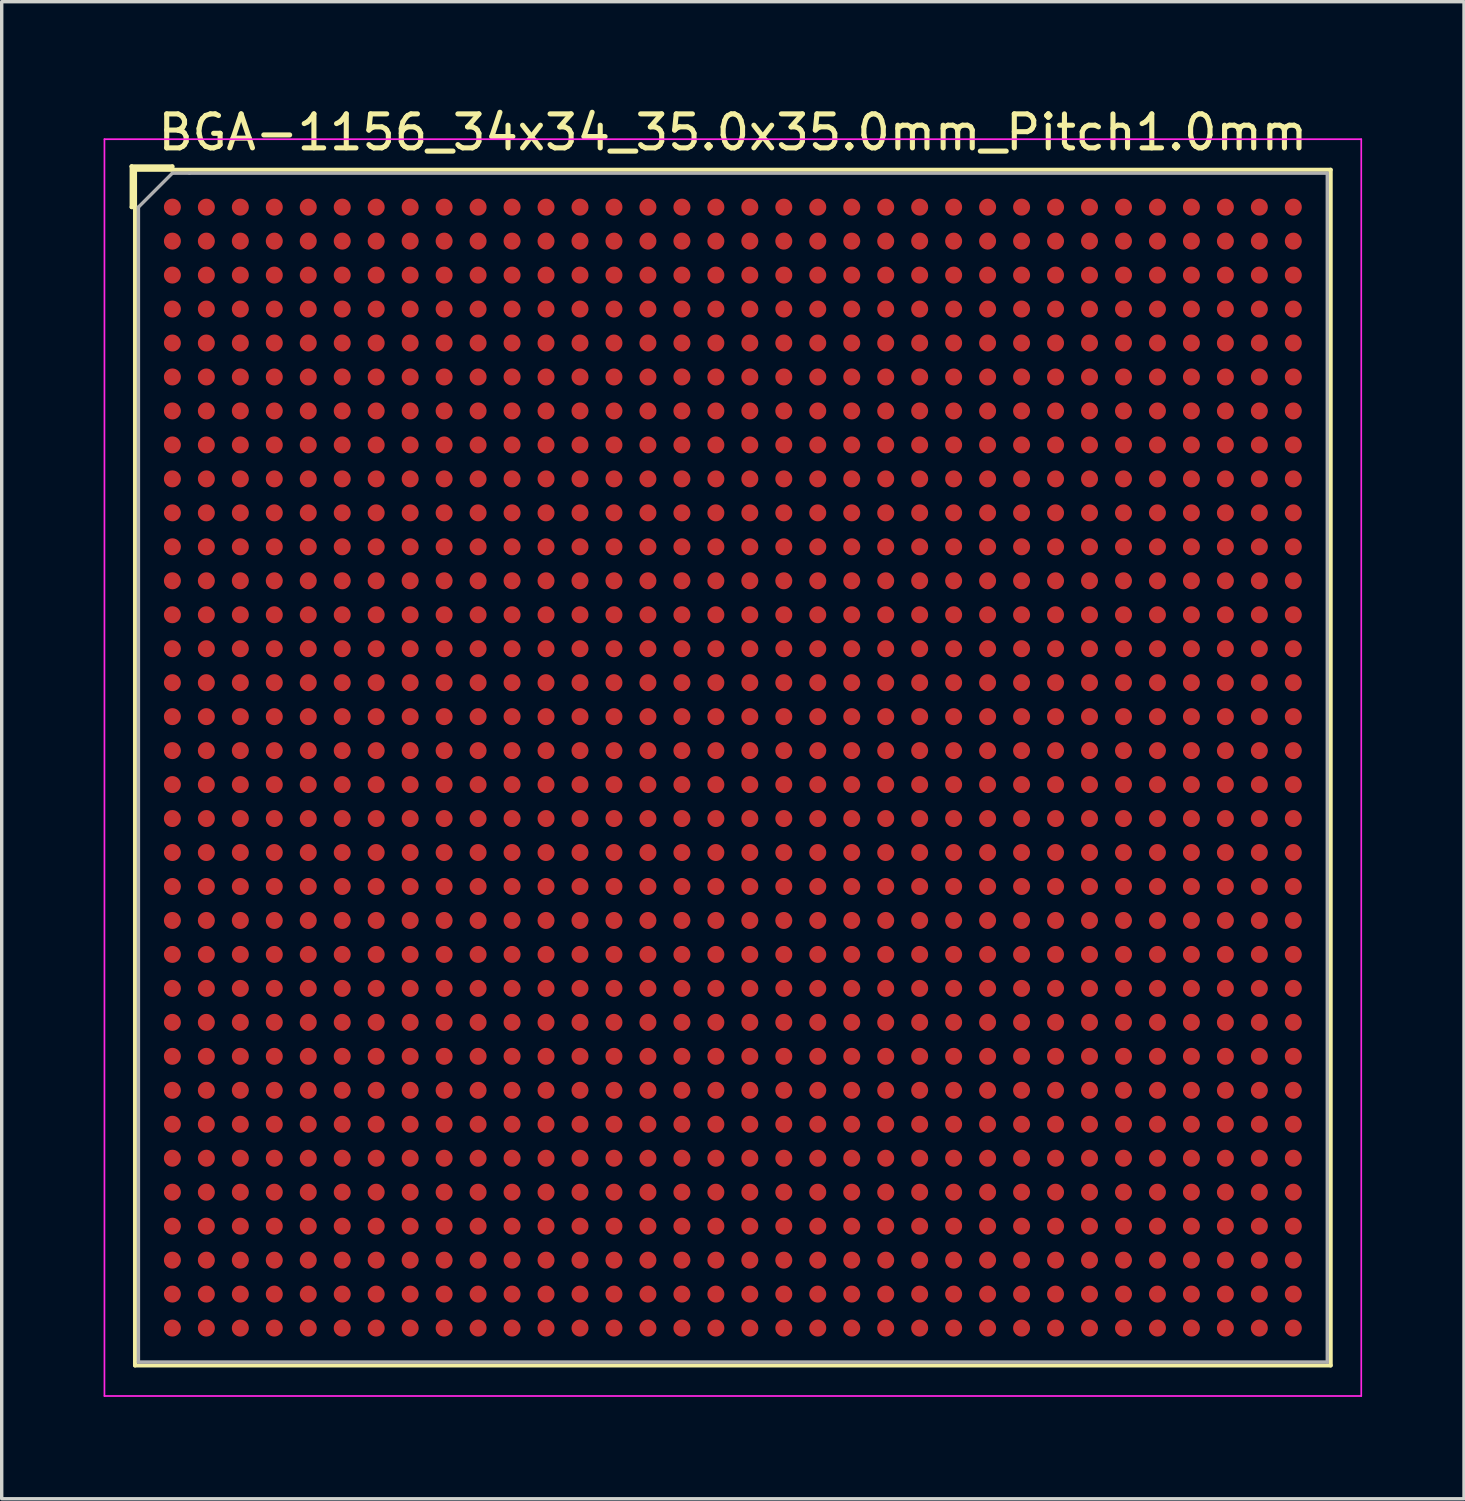
<source format=kicad_pcb>
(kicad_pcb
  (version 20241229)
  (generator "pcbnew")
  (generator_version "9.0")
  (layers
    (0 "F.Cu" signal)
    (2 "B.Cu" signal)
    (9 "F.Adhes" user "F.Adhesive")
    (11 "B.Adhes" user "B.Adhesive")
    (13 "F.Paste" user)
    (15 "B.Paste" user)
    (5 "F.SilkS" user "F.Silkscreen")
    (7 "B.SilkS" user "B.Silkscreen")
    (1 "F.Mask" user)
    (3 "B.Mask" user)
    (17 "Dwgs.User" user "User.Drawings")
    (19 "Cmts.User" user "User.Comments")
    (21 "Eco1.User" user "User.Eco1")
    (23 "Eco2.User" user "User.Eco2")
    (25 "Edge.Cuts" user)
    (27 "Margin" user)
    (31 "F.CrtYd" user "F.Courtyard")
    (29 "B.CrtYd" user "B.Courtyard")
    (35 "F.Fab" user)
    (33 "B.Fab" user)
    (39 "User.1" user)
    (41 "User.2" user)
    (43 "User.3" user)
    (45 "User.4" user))
  (footprint "BGA-1156_34x34_35.0x35.0mm_Pitch1.0mm"
    (layer "F.Cu")
    (at 18.525 19.548)
    (property "Reference" "BGA-1156_34x34_35.0x35.0mm_Pitch1.0mm" (at 0 -18.7 0) (layer "F.SilkS") (effects (font (size 1 1) (thickness 0.15))))
    (attr smd)
    (fp_line (start -17.7 -17.7) (end -17.7 -16.5) (stroke (width 0.12) (type solid)) (layer "F.SilkS"))
    (fp_line (start -17.7 -16.5) (end -17.6 -16.5) (stroke (width 0.12) (type solid)) (layer "F.SilkS"))
    (fp_line (start -17.6 -17.6) (end -17.7 -17.7) (stroke (width 0.12) (type solid)) (layer "F.SilkS"))
    (fp_line (start -17.6 -17.6) (end -17.6 17.6) (stroke (width 0.12) (type solid)) (layer "F.SilkS"))
    (fp_line (start -17.6 17.6) (end 17.6 17.6) (stroke (width 0.12) (type solid)) (layer "F.SilkS"))
    (fp_line (start -16.5 -17.7) (end -17.7 -17.7) (stroke (width 0.12) (type solid)) (layer "F.SilkS"))
    (fp_line (start -16.5 -17.6) (end -16.5 -17.7) (stroke (width 0.12) (type solid)) (layer "F.SilkS"))
    (fp_line (start 17.6 -17.6) (end -17.6 -17.6) (stroke (width 0.12) (type solid)) (layer "F.SilkS"))
    (fp_line (start 17.6 17.6) (end 17.6 -17.6) (stroke (width 0.12) (type solid)) (layer "F.SilkS"))
    (fp_line (start -18.5 -18.5) (end -18.5 18.5) (stroke (width 0.05) (type solid)) (layer "F.CrtYd"))
    (fp_line (start -18.5 -18.5) (end 18.5 -18.5) (stroke (width 0.05) (type solid)) (layer "F.CrtYd"))
    (fp_line (start 18.5 18.5) (end -18.5 18.5) (stroke (width 0.05) (type solid)) (layer "F.CrtYd"))
    (fp_line (start 18.5 18.5) (end 18.5 -18.5) (stroke (width 0.05) (type solid)) (layer "F.CrtYd"))
    (fp_line (start -17.5 -16.5) (end -17.5 17.5) (stroke (width 0.1) (type solid)) (layer "F.Fab"))
    (fp_line (start -17.5 17.5) (end 17.5 17.5) (stroke (width 0.1) (type solid)) (layer "F.Fab"))
    (fp_line (start -16.5 -17.5) (end -17.5 -16.5) (stroke (width 0.1) (type solid)) (layer "F.Fab"))
    (fp_line (start -16 -17.5) (end -16.5 -17.5) (stroke (width 0.1) (type solid)) (layer "F.Fab"))
    (fp_line (start 17.5 -17.5) (end -16 -17.5) (stroke (width 0.1) (type solid)) (layer "F.Fab"))
    (fp_line (start 17.5 17.5) (end 17.5 -17.5) (stroke (width 0.1) (type solid)) (layer "F.Fab"))
    (pad "A1" smd circle (at -16.5 -16.5) (size 0.5 0.5) (layers "F.Cu" "F.Mask" "F.Paste"))
    (pad "A2" smd circle (at -15.5 -16.5) (size 0.5 0.5) (layers "F.Cu" "F.Mask" "F.Paste"))
    (pad "A3" smd circle (at -14.5 -16.5) (size 0.5 0.5) (layers "F.Cu" "F.Mask" "F.Paste"))
    (pad "A4" smd circle (at -13.5 -16.5) (size 0.5 0.5) (layers "F.Cu" "F.Mask" "F.Paste"))
    (pad "A5" smd circle (at -12.5 -16.5) (size 0.5 0.5) (layers "F.Cu" "F.Mask" "F.Paste"))
    (pad "A6" smd circle (at -11.5 -16.5) (size 0.5 0.5) (layers "F.Cu" "F.Mask" "F.Paste"))
    (pad "A7" smd circle (at -10.5 -16.5) (size 0.5 0.5) (layers "F.Cu" "F.Mask" "F.Paste"))
    (pad "A8" smd circle (at -9.5 -16.5) (size 0.5 0.5) (layers "F.Cu" "F.Mask" "F.Paste"))
    (pad "A9" smd circle (at -8.5 -16.5) (size 0.5 0.5) (layers "F.Cu" "F.Mask" "F.Paste"))
    (pad "A10" smd circle (at -7.5 -16.5) (size 0.5 0.5) (layers "F.Cu" "F.Mask" "F.Paste"))
    (pad "A11" smd circle (at -6.5 -16.5) (size 0.5 0.5) (layers "F.Cu" "F.Mask" "F.Paste"))
    (pad "A12" smd circle (at -5.5 -16.5) (size 0.5 0.5) (layers "F.Cu" "F.Mask" "F.Paste"))
    (pad "A13" smd circle (at -4.5 -16.5) (size 0.5 0.5) (layers "F.Cu" "F.Mask" "F.Paste"))
    (pad "A14" smd circle (at -3.5 -16.5) (size 0.5 0.5) (layers "F.Cu" "F.Mask" "F.Paste"))
    (pad "A15" smd circle (at -2.5 -16.5) (size 0.5 0.5) (layers "F.Cu" "F.Mask" "F.Paste"))
    (pad "A16" smd circle (at -1.5 -16.5) (size 0.5 0.5) (layers "F.Cu" "F.Mask" "F.Paste"))
    (pad "A17" smd circle (at -0.5 -16.5) (size 0.5 0.5) (layers "F.Cu" "F.Mask" "F.Paste"))
    (pad "A18" smd circle (at 0.5 -16.5) (size 0.5 0.5) (layers "F.Cu" "F.Mask" "F.Paste"))
    (pad "A19" smd circle (at 1.5 -16.5) (size 0.5 0.5) (layers "F.Cu" "F.Mask" "F.Paste"))
    (pad "A20" smd circle (at 2.5 -16.5) (size 0.5 0.5) (layers "F.Cu" "F.Mask" "F.Paste"))
    (pad "A21" smd circle (at 3.5 -16.5) (size 0.5 0.5) (layers "F.Cu" "F.Mask" "F.Paste"))
    (pad "A22" smd circle (at 4.5 -16.5) (size 0.5 0.5) (layers "F.Cu" "F.Mask" "F.Paste"))
    (pad "A23" smd circle (at 5.5 -16.5) (size 0.5 0.5) (layers "F.Cu" "F.Mask" "F.Paste"))
    (pad "A24" smd circle (at 6.5 -16.5) (size 0.5 0.5) (layers "F.Cu" "F.Mask" "F.Paste"))
    (pad "A25" smd circle (at 7.5 -16.5) (size 0.5 0.5) (layers "F.Cu" "F.Mask" "F.Paste"))
    (pad "A26" smd circle (at 8.5 -16.5) (size 0.5 0.5) (layers "F.Cu" "F.Mask" "F.Paste"))
    (pad "A27" smd circle (at 9.5 -16.5) (size 0.5 0.5) (layers "F.Cu" "F.Mask" "F.Paste"))
    (pad "A28" smd circle (at 10.5 -16.5) (size 0.5 0.5) (layers "F.Cu" "F.Mask" "F.Paste"))
    (pad "A29" smd circle (at 11.5 -16.5) (size 0.5 0.5) (layers "F.Cu" "F.Mask" "F.Paste"))
    (pad "A30" smd circle (at 12.5 -16.5) (size 0.5 0.5) (layers "F.Cu" "F.Mask" "F.Paste"))
    (pad "A31" smd circle (at 13.5 -16.5) (size 0.5 0.5) (layers "F.Cu" "F.Mask" "F.Paste"))
    (pad "A32" smd circle (at 14.5 -16.5) (size 0.5 0.5) (layers "F.Cu" "F.Mask" "F.Paste"))
    (pad "A33" smd circle (at 15.5 -16.5) (size 0.5 0.5) (layers "F.Cu" "F.Mask" "F.Paste"))
    (pad "A34" smd circle (at 16.5 -16.5) (size 0.5 0.5) (layers "F.Cu" "F.Mask" "F.Paste"))
    (pad "AA1" smd circle (at -16.5 3.5) (size 0.5 0.5) (layers "F.Cu" "F.Mask" "F.Paste"))
    (pad "AA2" smd circle (at -15.5 3.5) (size 0.5 0.5) (layers "F.Cu" "F.Mask" "F.Paste"))
    (pad "AA3" smd circle (at -14.5 3.5) (size 0.5 0.5) (layers "F.Cu" "F.Mask" "F.Paste"))
    (pad "AA4" smd circle (at -13.5 3.5) (size 0.5 0.5) (layers "F.Cu" "F.Mask" "F.Paste"))
    (pad "AA5" smd circle (at -12.5 3.5) (size 0.5 0.5) (layers "F.Cu" "F.Mask" "F.Paste"))
    (pad "AA6" smd circle (at -11.5 3.5) (size 0.5 0.5) (layers "F.Cu" "F.Mask" "F.Paste"))
    (pad "AA7" smd circle (at -10.5 3.5) (size 0.5 0.5) (layers "F.Cu" "F.Mask" "F.Paste"))
    (pad "AA8" smd circle (at -9.5 3.5) (size 0.5 0.5) (layers "F.Cu" "F.Mask" "F.Paste"))
    (pad "AA9" smd circle (at -8.5 3.5) (size 0.5 0.5) (layers "F.Cu" "F.Mask" "F.Paste"))
    (pad "AA10" smd circle (at -7.5 3.5) (size 0.5 0.5) (layers "F.Cu" "F.Mask" "F.Paste"))
    (pad "AA11" smd circle (at -6.5 3.5) (size 0.5 0.5) (layers "F.Cu" "F.Mask" "F.Paste"))
    (pad "AA12" smd circle (at -5.5 3.5) (size 0.5 0.5) (layers "F.Cu" "F.Mask" "F.Paste"))
    (pad "AA13" smd circle (at -4.5 3.5) (size 0.5 0.5) (layers "F.Cu" "F.Mask" "F.Paste"))
    (pad "AA14" smd circle (at -3.5 3.5) (size 0.5 0.5) (layers "F.Cu" "F.Mask" "F.Paste"))
    (pad "AA15" smd circle (at -2.5 3.5) (size 0.5 0.5) (layers "F.Cu" "F.Mask" "F.Paste"))
    (pad "AA16" smd circle (at -1.5 3.5) (size 0.5 0.5) (layers "F.Cu" "F.Mask" "F.Paste"))
    (pad "AA17" smd circle (at -0.5 3.5) (size 0.5 0.5) (layers "F.Cu" "F.Mask" "F.Paste"))
    (pad "AA18" smd circle (at 0.5 3.5) (size 0.5 0.5) (layers "F.Cu" "F.Mask" "F.Paste"))
    (pad "AA19" smd circle (at 1.5 3.5) (size 0.5 0.5) (layers "F.Cu" "F.Mask" "F.Paste"))
    (pad "AA20" smd circle (at 2.5 3.5) (size 0.5 0.5) (layers "F.Cu" "F.Mask" "F.Paste"))
    (pad "AA21" smd circle (at 3.5 3.5) (size 0.5 0.5) (layers "F.Cu" "F.Mask" "F.Paste"))
    (pad "AA22" smd circle (at 4.5 3.5) (size 0.5 0.5) (layers "F.Cu" "F.Mask" "F.Paste"))
    (pad "AA23" smd circle (at 5.5 3.5) (size 0.5 0.5) (layers "F.Cu" "F.Mask" "F.Paste"))
    (pad "AA24" smd circle (at 6.5 3.5) (size 0.5 0.5) (layers "F.Cu" "F.Mask" "F.Paste"))
    (pad "AA25" smd circle (at 7.5 3.5) (size 0.5 0.5) (layers "F.Cu" "F.Mask" "F.Paste"))
    (pad "AA26" smd circle (at 8.5 3.5) (size 0.5 0.5) (layers "F.Cu" "F.Mask" "F.Paste"))
    (pad "AA27" smd circle (at 9.5 3.5) (size 0.5 0.5) (layers "F.Cu" "F.Mask" "F.Paste"))
    (pad "AA28" smd circle (at 10.5 3.5) (size 0.5 0.5) (layers "F.Cu" "F.Mask" "F.Paste"))
    (pad "AA29" smd circle (at 11.5 3.5) (size 0.5 0.5) (layers "F.Cu" "F.Mask" "F.Paste"))
    (pad "AA30" smd circle (at 12.5 3.5) (size 0.5 0.5) (layers "F.Cu" "F.Mask" "F.Paste"))
    (pad "AA31" smd circle (at 13.5 3.5) (size 0.5 0.5) (layers "F.Cu" "F.Mask" "F.Paste"))
    (pad "AA32" smd circle (at 14.5 3.5) (size 0.5 0.5) (layers "F.Cu" "F.Mask" "F.Paste"))
    (pad "AA33" smd circle (at 15.5 3.5) (size 0.5 0.5) (layers "F.Cu" "F.Mask" "F.Paste"))
    (pad "AA34" smd circle (at 16.5 3.5) (size 0.5 0.5) (layers "F.Cu" "F.Mask" "F.Paste"))
    (pad "AB1" smd circle (at -16.5 4.5) (size 0.5 0.5) (layers "F.Cu" "F.Mask" "F.Paste"))
    (pad "AB2" smd circle (at -15.5 4.5) (size 0.5 0.5) (layers "F.Cu" "F.Mask" "F.Paste"))
    (pad "AB3" smd circle (at -14.5 4.5) (size 0.5 0.5) (layers "F.Cu" "F.Mask" "F.Paste"))
    (pad "AB4" smd circle (at -13.5 4.5) (size 0.5 0.5) (layers "F.Cu" "F.Mask" "F.Paste"))
    (pad "AB5" smd circle (at -12.5 4.5) (size 0.5 0.5) (layers "F.Cu" "F.Mask" "F.Paste"))
    (pad "AB6" smd circle (at -11.5 4.5) (size 0.5 0.5) (layers "F.Cu" "F.Mask" "F.Paste"))
    (pad "AB7" smd circle (at -10.5 4.5) (size 0.5 0.5) (layers "F.Cu" "F.Mask" "F.Paste"))
    (pad "AB8" smd circle (at -9.5 4.5) (size 0.5 0.5) (layers "F.Cu" "F.Mask" "F.Paste"))
    (pad "AB9" smd circle (at -8.5 4.5) (size 0.5 0.5) (layers "F.Cu" "F.Mask" "F.Paste"))
    (pad "AB10" smd circle (at -7.5 4.5) (size 0.5 0.5) (layers "F.Cu" "F.Mask" "F.Paste"))
    (pad "AB11" smd circle (at -6.5 4.5) (size 0.5 0.5) (layers "F.Cu" "F.Mask" "F.Paste"))
    (pad "AB12" smd circle (at -5.5 4.5) (size 0.5 0.5) (layers "F.Cu" "F.Mask" "F.Paste"))
    (pad "AB13" smd circle (at -4.5 4.5) (size 0.5 0.5) (layers "F.Cu" "F.Mask" "F.Paste"))
    (pad "AB14" smd circle (at -3.5 4.5) (size 0.5 0.5) (layers "F.Cu" "F.Mask" "F.Paste"))
    (pad "AB15" smd circle (at -2.5 4.5) (size 0.5 0.5) (layers "F.Cu" "F.Mask" "F.Paste"))
    (pad "AB16" smd circle (at -1.5 4.5) (size 0.5 0.5) (layers "F.Cu" "F.Mask" "F.Paste"))
    (pad "AB17" smd circle (at -0.5 4.5) (size 0.5 0.5) (layers "F.Cu" "F.Mask" "F.Paste"))
    (pad "AB18" smd circle (at 0.5 4.5) (size 0.5 0.5) (layers "F.Cu" "F.Mask" "F.Paste"))
    (pad "AB19" smd circle (at 1.5 4.5) (size 0.5 0.5) (layers "F.Cu" "F.Mask" "F.Paste"))
    (pad "AB20" smd circle (at 2.5 4.5) (size 0.5 0.5) (layers "F.Cu" "F.Mask" "F.Paste"))
    (pad "AB21" smd circle (at 3.5 4.5) (size 0.5 0.5) (layers "F.Cu" "F.Mask" "F.Paste"))
    (pad "AB22" smd circle (at 4.5 4.5) (size 0.5 0.5) (layers "F.Cu" "F.Mask" "F.Paste"))
    (pad "AB23" smd circle (at 5.5 4.5) (size 0.5 0.5) (layers "F.Cu" "F.Mask" "F.Paste"))
    (pad "AB24" smd circle (at 6.5 4.5) (size 0.5 0.5) (layers "F.Cu" "F.Mask" "F.Paste"))
    (pad "AB25" smd circle (at 7.5 4.5) (size 0.5 0.5) (layers "F.Cu" "F.Mask" "F.Paste"))
    (pad "AB26" smd circle (at 8.5 4.5) (size 0.5 0.5) (layers "F.Cu" "F.Mask" "F.Paste"))
    (pad "AB27" smd circle (at 9.5 4.5) (size 0.5 0.5) (layers "F.Cu" "F.Mask" "F.Paste"))
    (pad "AB28" smd circle (at 10.5 4.5) (size 0.5 0.5) (layers "F.Cu" "F.Mask" "F.Paste"))
    (pad "AB29" smd circle (at 11.5 4.5) (size 0.5 0.5) (layers "F.Cu" "F.Mask" "F.Paste"))
    (pad "AB30" smd circle (at 12.5 4.5) (size 0.5 0.5) (layers "F.Cu" "F.Mask" "F.Paste"))
    (pad "AB31" smd circle (at 13.5 4.5) (size 0.5 0.5) (layers "F.Cu" "F.Mask" "F.Paste"))
    (pad "AB32" smd circle (at 14.5 4.5) (size 0.5 0.5) (layers "F.Cu" "F.Mask" "F.Paste"))
    (pad "AB33" smd circle (at 15.5 4.5) (size 0.5 0.5) (layers "F.Cu" "F.Mask" "F.Paste"))
    (pad "AB34" smd circle (at 16.5 4.5) (size 0.5 0.5) (layers "F.Cu" "F.Mask" "F.Paste"))
    (pad "AC1" smd circle (at -16.5 5.5) (size 0.5 0.5) (layers "F.Cu" "F.Mask" "F.Paste"))
    (pad "AC2" smd circle (at -15.5 5.5) (size 0.5 0.5) (layers "F.Cu" "F.Mask" "F.Paste"))
    (pad "AC3" smd circle (at -14.5 5.5) (size 0.5 0.5) (layers "F.Cu" "F.Mask" "F.Paste"))
    (pad "AC4" smd circle (at -13.5 5.5) (size 0.5 0.5) (layers "F.Cu" "F.Mask" "F.Paste"))
    (pad "AC5" smd circle (at -12.5 5.5) (size 0.5 0.5) (layers "F.Cu" "F.Mask" "F.Paste"))
    (pad "AC6" smd circle (at -11.5 5.5) (size 0.5 0.5) (layers "F.Cu" "F.Mask" "F.Paste"))
    (pad "AC7" smd circle (at -10.5 5.5) (size 0.5 0.5) (layers "F.Cu" "F.Mask" "F.Paste"))
    (pad "AC8" smd circle (at -9.5 5.5) (size 0.5 0.5) (layers "F.Cu" "F.Mask" "F.Paste"))
    (pad "AC9" smd circle (at -8.5 5.5) (size 0.5 0.5) (layers "F.Cu" "F.Mask" "F.Paste"))
    (pad "AC10" smd circle (at -7.5 5.5) (size 0.5 0.5) (layers "F.Cu" "F.Mask" "F.Paste"))
    (pad "AC11" smd circle (at -6.5 5.5) (size 0.5 0.5) (layers "F.Cu" "F.Mask" "F.Paste"))
    (pad "AC12" smd circle (at -5.5 5.5) (size 0.5 0.5) (layers "F.Cu" "F.Mask" "F.Paste"))
    (pad "AC13" smd circle (at -4.5 5.5) (size 0.5 0.5) (layers "F.Cu" "F.Mask" "F.Paste"))
    (pad "AC14" smd circle (at -3.5 5.5) (size 0.5 0.5) (layers "F.Cu" "F.Mask" "F.Paste"))
    (pad "AC15" smd circle (at -2.5 5.5) (size 0.5 0.5) (layers "F.Cu" "F.Mask" "F.Paste"))
    (pad "AC16" smd circle (at -1.5 5.5) (size 0.5 0.5) (layers "F.Cu" "F.Mask" "F.Paste"))
    (pad "AC17" smd circle (at -0.5 5.5) (size 0.5 0.5) (layers "F.Cu" "F.Mask" "F.Paste"))
    (pad "AC18" smd circle (at 0.5 5.5) (size 0.5 0.5) (layers "F.Cu" "F.Mask" "F.Paste"))
    (pad "AC19" smd circle (at 1.5 5.5) (size 0.5 0.5) (layers "F.Cu" "F.Mask" "F.Paste"))
    (pad "AC20" smd circle (at 2.5 5.5) (size 0.5 0.5) (layers "F.Cu" "F.Mask" "F.Paste"))
    (pad "AC21" smd circle (at 3.5 5.5) (size 0.5 0.5) (layers "F.Cu" "F.Mask" "F.Paste"))
    (pad "AC22" smd circle (at 4.5 5.5) (size 0.5 0.5) (layers "F.Cu" "F.Mask" "F.Paste"))
    (pad "AC23" smd circle (at 5.5 5.5) (size 0.5 0.5) (layers "F.Cu" "F.Mask" "F.Paste"))
    (pad "AC24" smd circle (at 6.5 5.5) (size 0.5 0.5) (layers "F.Cu" "F.Mask" "F.Paste"))
    (pad "AC25" smd circle (at 7.5 5.5) (size 0.5 0.5) (layers "F.Cu" "F.Mask" "F.Paste"))
    (pad "AC26" smd circle (at 8.5 5.5) (size 0.5 0.5) (layers "F.Cu" "F.Mask" "F.Paste"))
    (pad "AC27" smd circle (at 9.5 5.5) (size 0.5 0.5) (layers "F.Cu" "F.Mask" "F.Paste"))
    (pad "AC28" smd circle (at 10.5 5.5) (size 0.5 0.5) (layers "F.Cu" "F.Mask" "F.Paste"))
    (pad "AC29" smd circle (at 11.5 5.5) (size 0.5 0.5) (layers "F.Cu" "F.Mask" "F.Paste"))
    (pad "AC30" smd circle (at 12.5 5.5) (size 0.5 0.5) (layers "F.Cu" "F.Mask" "F.Paste"))
    (pad "AC31" smd circle (at 13.5 5.5) (size 0.5 0.5) (layers "F.Cu" "F.Mask" "F.Paste"))
    (pad "AC32" smd circle (at 14.5 5.5) (size 0.5 0.5) (layers "F.Cu" "F.Mask" "F.Paste"))
    (pad "AC33" smd circle (at 15.5 5.5) (size 0.5 0.5) (layers "F.Cu" "F.Mask" "F.Paste"))
    (pad "AC34" smd circle (at 16.5 5.5) (size 0.5 0.5) (layers "F.Cu" "F.Mask" "F.Paste"))
    (pad "AD1" smd circle (at -16.5 6.5) (size 0.5 0.5) (layers "F.Cu" "F.Mask" "F.Paste"))
    (pad "AD2" smd circle (at -15.5 6.5) (size 0.5 0.5) (layers "F.Cu" "F.Mask" "F.Paste"))
    (pad "AD3" smd circle (at -14.5 6.5) (size 0.5 0.5) (layers "F.Cu" "F.Mask" "F.Paste"))
    (pad "AD4" smd circle (at -13.5 6.5) (size 0.5 0.5) (layers "F.Cu" "F.Mask" "F.Paste"))
    (pad "AD5" smd circle (at -12.5 6.5) (size 0.5 0.5) (layers "F.Cu" "F.Mask" "F.Paste"))
    (pad "AD6" smd circle (at -11.5 6.5) (size 0.5 0.5) (layers "F.Cu" "F.Mask" "F.Paste"))
    (pad "AD7" smd circle (at -10.5 6.5) (size 0.5 0.5) (layers "F.Cu" "F.Mask" "F.Paste"))
    (pad "AD8" smd circle (at -9.5 6.5) (size 0.5 0.5) (layers "F.Cu" "F.Mask" "F.Paste"))
    (pad "AD9" smd circle (at -8.5 6.5) (size 0.5 0.5) (layers "F.Cu" "F.Mask" "F.Paste"))
    (pad "AD10" smd circle (at -7.5 6.5) (size 0.5 0.5) (layers "F.Cu" "F.Mask" "F.Paste"))
    (pad "AD11" smd circle (at -6.5 6.5) (size 0.5 0.5) (layers "F.Cu" "F.Mask" "F.Paste"))
    (pad "AD12" smd circle (at -5.5 6.5) (size 0.5 0.5) (layers "F.Cu" "F.Mask" "F.Paste"))
    (pad "AD13" smd circle (at -4.5 6.5) (size 0.5 0.5) (layers "F.Cu" "F.Mask" "F.Paste"))
    (pad "AD14" smd circle (at -3.5 6.5) (size 0.5 0.5) (layers "F.Cu" "F.Mask" "F.Paste"))
    (pad "AD15" smd circle (at -2.5 6.5) (size 0.5 0.5) (layers "F.Cu" "F.Mask" "F.Paste"))
    (pad "AD16" smd circle (at -1.5 6.5) (size 0.5 0.5) (layers "F.Cu" "F.Mask" "F.Paste"))
    (pad "AD17" smd circle (at -0.5 6.5) (size 0.5 0.5) (layers "F.Cu" "F.Mask" "F.Paste"))
    (pad "AD18" smd circle (at 0.5 6.5) (size 0.5 0.5) (layers "F.Cu" "F.Mask" "F.Paste"))
    (pad "AD19" smd circle (at 1.5 6.5) (size 0.5 0.5) (layers "F.Cu" "F.Mask" "F.Paste"))
    (pad "AD20" smd circle (at 2.5 6.5) (size 0.5 0.5) (layers "F.Cu" "F.Mask" "F.Paste"))
    (pad "AD21" smd circle (at 3.5 6.5) (size 0.5 0.5) (layers "F.Cu" "F.Mask" "F.Paste"))
    (pad "AD22" smd circle (at 4.5 6.5) (size 0.5 0.5) (layers "F.Cu" "F.Mask" "F.Paste"))
    (pad "AD23" smd circle (at 5.5 6.5) (size 0.5 0.5) (layers "F.Cu" "F.Mask" "F.Paste"))
    (pad "AD24" smd circle (at 6.5 6.5) (size 0.5 0.5) (layers "F.Cu" "F.Mask" "F.Paste"))
    (pad "AD25" smd circle (at 7.5 6.5) (size 0.5 0.5) (layers "F.Cu" "F.Mask" "F.Paste"))
    (pad "AD26" smd circle (at 8.5 6.5) (size 0.5 0.5) (layers "F.Cu" "F.Mask" "F.Paste"))
    (pad "AD27" smd circle (at 9.5 6.5) (size 0.5 0.5) (layers "F.Cu" "F.Mask" "F.Paste"))
    (pad "AD28" smd circle (at 10.5 6.5) (size 0.5 0.5) (layers "F.Cu" "F.Mask" "F.Paste"))
    (pad "AD29" smd circle (at 11.5 6.5) (size 0.5 0.5) (layers "F.Cu" "F.Mask" "F.Paste"))
    (pad "AD30" smd circle (at 12.5 6.5) (size 0.5 0.5) (layers "F.Cu" "F.Mask" "F.Paste"))
    (pad "AD31" smd circle (at 13.5 6.5) (size 0.5 0.5) (layers "F.Cu" "F.Mask" "F.Paste"))
    (pad "AD32" smd circle (at 14.5 6.5) (size 0.5 0.5) (layers "F.Cu" "F.Mask" "F.Paste"))
    (pad "AD33" smd circle (at 15.5 6.5) (size 0.5 0.5) (layers "F.Cu" "F.Mask" "F.Paste"))
    (pad "AD34" smd circle (at 16.5 6.5) (size 0.5 0.5) (layers "F.Cu" "F.Mask" "F.Paste"))
    (pad "AE1" smd circle (at -16.5 7.5) (size 0.5 0.5) (layers "F.Cu" "F.Mask" "F.Paste"))
    (pad "AE2" smd circle (at -15.5 7.5) (size 0.5 0.5) (layers "F.Cu" "F.Mask" "F.Paste"))
    (pad "AE3" smd circle (at -14.5 7.5) (size 0.5 0.5) (layers "F.Cu" "F.Mask" "F.Paste"))
    (pad "AE4" smd circle (at -13.5 7.5) (size 0.5 0.5) (layers "F.Cu" "F.Mask" "F.Paste"))
    (pad "AE5" smd circle (at -12.5 7.5) (size 0.5 0.5) (layers "F.Cu" "F.Mask" "F.Paste"))
    (pad "AE6" smd circle (at -11.5 7.5) (size 0.5 0.5) (layers "F.Cu" "F.Mask" "F.Paste"))
    (pad "AE7" smd circle (at -10.5 7.5) (size 0.5 0.5) (layers "F.Cu" "F.Mask" "F.Paste"))
    (pad "AE8" smd circle (at -9.5 7.5) (size 0.5 0.5) (layers "F.Cu" "F.Mask" "F.Paste"))
    (pad "AE9" smd circle (at -8.5 7.5) (size 0.5 0.5) (layers "F.Cu" "F.Mask" "F.Paste"))
    (pad "AE10" smd circle (at -7.5 7.5) (size 0.5 0.5) (layers "F.Cu" "F.Mask" "F.Paste"))
    (pad "AE11" smd circle (at -6.5 7.5) (size 0.5 0.5) (layers "F.Cu" "F.Mask" "F.Paste"))
    (pad "AE12" smd circle (at -5.5 7.5) (size 0.5 0.5) (layers "F.Cu" "F.Mask" "F.Paste"))
    (pad "AE13" smd circle (at -4.5 7.5) (size 0.5 0.5) (layers "F.Cu" "F.Mask" "F.Paste"))
    (pad "AE14" smd circle (at -3.5 7.5) (size 0.5 0.5) (layers "F.Cu" "F.Mask" "F.Paste"))
    (pad "AE15" smd circle (at -2.5 7.5) (size 0.5 0.5) (layers "F.Cu" "F.Mask" "F.Paste"))
    (pad "AE16" smd circle (at -1.5 7.5) (size 0.5 0.5) (layers "F.Cu" "F.Mask" "F.Paste"))
    (pad "AE17" smd circle (at -0.5 7.5) (size 0.5 0.5) (layers "F.Cu" "F.Mask" "F.Paste"))
    (pad "AE18" smd circle (at 0.5 7.5) (size 0.5 0.5) (layers "F.Cu" "F.Mask" "F.Paste"))
    (pad "AE19" smd circle (at 1.5 7.5) (size 0.5 0.5) (layers "F.Cu" "F.Mask" "F.Paste"))
    (pad "AE20" smd circle (at 2.5 7.5) (size 0.5 0.5) (layers "F.Cu" "F.Mask" "F.Paste"))
    (pad "AE21" smd circle (at 3.5 7.5) (size 0.5 0.5) (layers "F.Cu" "F.Mask" "F.Paste"))
    (pad "AE22" smd circle (at 4.5 7.5) (size 0.5 0.5) (layers "F.Cu" "F.Mask" "F.Paste"))
    (pad "AE23" smd circle (at 5.5 7.5) (size 0.5 0.5) (layers "F.Cu" "F.Mask" "F.Paste"))
    (pad "AE24" smd circle (at 6.5 7.5) (size 0.5 0.5) (layers "F.Cu" "F.Mask" "F.Paste"))
    (pad "AE25" smd circle (at 7.5 7.5) (size 0.5 0.5) (layers "F.Cu" "F.Mask" "F.Paste"))
    (pad "AE26" smd circle (at 8.5 7.5) (size 0.5 0.5) (layers "F.Cu" "F.Mask" "F.Paste"))
    (pad "AE27" smd circle (at 9.5 7.5) (size 0.5 0.5) (layers "F.Cu" "F.Mask" "F.Paste"))
    (pad "AE28" smd circle (at 10.5 7.5) (size 0.5 0.5) (layers "F.Cu" "F.Mask" "F.Paste"))
    (pad "AE29" smd circle (at 11.5 7.5) (size 0.5 0.5) (layers "F.Cu" "F.Mask" "F.Paste"))
    (pad "AE30" smd circle (at 12.5 7.5) (size 0.5 0.5) (layers "F.Cu" "F.Mask" "F.Paste"))
    (pad "AE31" smd circle (at 13.5 7.5) (size 0.5 0.5) (layers "F.Cu" "F.Mask" "F.Paste"))
    (pad "AE32" smd circle (at 14.5 7.5) (size 0.5 0.5) (layers "F.Cu" "F.Mask" "F.Paste"))
    (pad "AE33" smd circle (at 15.5 7.5) (size 0.5 0.5) (layers "F.Cu" "F.Mask" "F.Paste"))
    (pad "AE34" smd circle (at 16.5 7.5) (size 0.5 0.5) (layers "F.Cu" "F.Mask" "F.Paste"))
    (pad "AF1" smd circle (at -16.5 8.5) (size 0.5 0.5) (layers "F.Cu" "F.Mask" "F.Paste"))
    (pad "AF2" smd circle (at -15.5 8.5) (size 0.5 0.5) (layers "F.Cu" "F.Mask" "F.Paste"))
    (pad "AF3" smd circle (at -14.5 8.5) (size 0.5 0.5) (layers "F.Cu" "F.Mask" "F.Paste"))
    (pad "AF4" smd circle (at -13.5 8.5) (size 0.5 0.5) (layers "F.Cu" "F.Mask" "F.Paste"))
    (pad "AF5" smd circle (at -12.5 8.5) (size 0.5 0.5) (layers "F.Cu" "F.Mask" "F.Paste"))
    (pad "AF6" smd circle (at -11.5 8.5) (size 0.5 0.5) (layers "F.Cu" "F.Mask" "F.Paste"))
    (pad "AF7" smd circle (at -10.5 8.5) (size 0.5 0.5) (layers "F.Cu" "F.Mask" "F.Paste"))
    (pad "AF8" smd circle (at -9.5 8.5) (size 0.5 0.5) (layers "F.Cu" "F.Mask" "F.Paste"))
    (pad "AF9" smd circle (at -8.5 8.5) (size 0.5 0.5) (layers "F.Cu" "F.Mask" "F.Paste"))
    (pad "AF10" smd circle (at -7.5 8.5) (size 0.5 0.5) (layers "F.Cu" "F.Mask" "F.Paste"))
    (pad "AF11" smd circle (at -6.5 8.5) (size 0.5 0.5) (layers "F.Cu" "F.Mask" "F.Paste"))
    (pad "AF12" smd circle (at -5.5 8.5) (size 0.5 0.5) (layers "F.Cu" "F.Mask" "F.Paste"))
    (pad "AF13" smd circle (at -4.5 8.5) (size 0.5 0.5) (layers "F.Cu" "F.Mask" "F.Paste"))
    (pad "AF14" smd circle (at -3.5 8.5) (size 0.5 0.5) (layers "F.Cu" "F.Mask" "F.Paste"))
    (pad "AF15" smd circle (at -2.5 8.5) (size 0.5 0.5) (layers "F.Cu" "F.Mask" "F.Paste"))
    (pad "AF16" smd circle (at -1.5 8.5) (size 0.5 0.5) (layers "F.Cu" "F.Mask" "F.Paste"))
    (pad "AF17" smd circle (at -0.5 8.5) (size 0.5 0.5) (layers "F.Cu" "F.Mask" "F.Paste"))
    (pad "AF18" smd circle (at 0.5 8.5) (size 0.5 0.5) (layers "F.Cu" "F.Mask" "F.Paste"))
    (pad "AF19" smd circle (at 1.5 8.5) (size 0.5 0.5) (layers "F.Cu" "F.Mask" "F.Paste"))
    (pad "AF20" smd circle (at 2.5 8.5) (size 0.5 0.5) (layers "F.Cu" "F.Mask" "F.Paste"))
    (pad "AF21" smd circle (at 3.5 8.5) (size 0.5 0.5) (layers "F.Cu" "F.Mask" "F.Paste"))
    (pad "AF22" smd circle (at 4.5 8.5) (size 0.5 0.5) (layers "F.Cu" "F.Mask" "F.Paste"))
    (pad "AF23" smd circle (at 5.5 8.5) (size 0.5 0.5) (layers "F.Cu" "F.Mask" "F.Paste"))
    (pad "AF24" smd circle (at 6.5 8.5) (size 0.5 0.5) (layers "F.Cu" "F.Mask" "F.Paste"))
    (pad "AF25" smd circle (at 7.5 8.5) (size 0.5 0.5) (layers "F.Cu" "F.Mask" "F.Paste"))
    (pad "AF26" smd circle (at 8.5 8.5) (size 0.5 0.5) (layers "F.Cu" "F.Mask" "F.Paste"))
    (pad "AF27" smd circle (at 9.5 8.5) (size 0.5 0.5) (layers "F.Cu" "F.Mask" "F.Paste"))
    (pad "AF28" smd circle (at 10.5 8.5) (size 0.5 0.5) (layers "F.Cu" "F.Mask" "F.Paste"))
    (pad "AF29" smd circle (at 11.5 8.5) (size 0.5 0.5) (layers "F.Cu" "F.Mask" "F.Paste"))
    (pad "AF30" smd circle (at 12.5 8.5) (size 0.5 0.5) (layers "F.Cu" "F.Mask" "F.Paste"))
    (pad "AF31" smd circle (at 13.5 8.5) (size 0.5 0.5) (layers "F.Cu" "F.Mask" "F.Paste"))
    (pad "AF32" smd circle (at 14.5 8.5) (size 0.5 0.5) (layers "F.Cu" "F.Mask" "F.Paste"))
    (pad "AF33" smd circle (at 15.5 8.5) (size 0.5 0.5) (layers "F.Cu" "F.Mask" "F.Paste"))
    (pad "AF34" smd circle (at 16.5 8.5) (size 0.5 0.5) (layers "F.Cu" "F.Mask" "F.Paste"))
    (pad "AG1" smd circle (at -16.5 9.5) (size 0.5 0.5) (layers "F.Cu" "F.Mask" "F.Paste"))
    (pad "AG2" smd circle (at -15.5 9.5) (size 0.5 0.5) (layers "F.Cu" "F.Mask" "F.Paste"))
    (pad "AG3" smd circle (at -14.5 9.5) (size 0.5 0.5) (layers "F.Cu" "F.Mask" "F.Paste"))
    (pad "AG4" smd circle (at -13.5 9.5) (size 0.5 0.5) (layers "F.Cu" "F.Mask" "F.Paste"))
    (pad "AG5" smd circle (at -12.5 9.5) (size 0.5 0.5) (layers "F.Cu" "F.Mask" "F.Paste"))
    (pad "AG6" smd circle (at -11.5 9.5) (size 0.5 0.5) (layers "F.Cu" "F.Mask" "F.Paste"))
    (pad "AG7" smd circle (at -10.5 9.5) (size 0.5 0.5) (layers "F.Cu" "F.Mask" "F.Paste"))
    (pad "AG8" smd circle (at -9.5 9.5) (size 0.5 0.5) (layers "F.Cu" "F.Mask" "F.Paste"))
    (pad "AG9" smd circle (at -8.5 9.5) (size 0.5 0.5) (layers "F.Cu" "F.Mask" "F.Paste"))
    (pad "AG10" smd circle (at -7.5 9.5) (size 0.5 0.5) (layers "F.Cu" "F.Mask" "F.Paste"))
    (pad "AG11" smd circle (at -6.5 9.5) (size 0.5 0.5) (layers "F.Cu" "F.Mask" "F.Paste"))
    (pad "AG12" smd circle (at -5.5 9.5) (size 0.5 0.5) (layers "F.Cu" "F.Mask" "F.Paste"))
    (pad "AG13" smd circle (at -4.5 9.5) (size 0.5 0.5) (layers "F.Cu" "F.Mask" "F.Paste"))
    (pad "AG14" smd circle (at -3.5 9.5) (size 0.5 0.5) (layers "F.Cu" "F.Mask" "F.Paste"))
    (pad "AG15" smd circle (at -2.5 9.5) (size 0.5 0.5) (layers "F.Cu" "F.Mask" "F.Paste"))
    (pad "AG16" smd circle (at -1.5 9.5) (size 0.5 0.5) (layers "F.Cu" "F.Mask" "F.Paste"))
    (pad "AG17" smd circle (at -0.5 9.5) (size 0.5 0.5) (layers "F.Cu" "F.Mask" "F.Paste"))
    (pad "AG18" smd circle (at 0.5 9.5) (size 0.5 0.5) (layers "F.Cu" "F.Mask" "F.Paste"))
    (pad "AG19" smd circle (at 1.5 9.5) (size 0.5 0.5) (layers "F.Cu" "F.Mask" "F.Paste"))
    (pad "AG20" smd circle (at 2.5 9.5) (size 0.5 0.5) (layers "F.Cu" "F.Mask" "F.Paste"))
    (pad "AG21" smd circle (at 3.5 9.5) (size 0.5 0.5) (layers "F.Cu" "F.Mask" "F.Paste"))
    (pad "AG22" smd circle (at 4.5 9.5) (size 0.5 0.5) (layers "F.Cu" "F.Mask" "F.Paste"))
    (pad "AG23" smd circle (at 5.5 9.5) (size 0.5 0.5) (layers "F.Cu" "F.Mask" "F.Paste"))
    (pad "AG24" smd circle (at 6.5 9.5) (size 0.5 0.5) (layers "F.Cu" "F.Mask" "F.Paste"))
    (pad "AG25" smd circle (at 7.5 9.5) (size 0.5 0.5) (layers "F.Cu" "F.Mask" "F.Paste"))
    (pad "AG26" smd circle (at 8.5 9.5) (size 0.5 0.5) (layers "F.Cu" "F.Mask" "F.Paste"))
    (pad "AG27" smd circle (at 9.5 9.5) (size 0.5 0.5) (layers "F.Cu" "F.Mask" "F.Paste"))
    (pad "AG28" smd circle (at 10.5 9.5) (size 0.5 0.5) (layers "F.Cu" "F.Mask" "F.Paste"))
    (pad "AG29" smd circle (at 11.5 9.5) (size 0.5 0.5) (layers "F.Cu" "F.Mask" "F.Paste"))
    (pad "AG30" smd circle (at 12.5 9.5) (size 0.5 0.5) (layers "F.Cu" "F.Mask" "F.Paste"))
    (pad "AG31" smd circle (at 13.5 9.5) (size 0.5 0.5) (layers "F.Cu" "F.Mask" "F.Paste"))
    (pad "AG32" smd circle (at 14.5 9.5) (size 0.5 0.5) (layers "F.Cu" "F.Mask" "F.Paste"))
    (pad "AG33" smd circle (at 15.5 9.5) (size 0.5 0.5) (layers "F.Cu" "F.Mask" "F.Paste"))
    (pad "AG34" smd circle (at 16.5 9.5) (size 0.5 0.5) (layers "F.Cu" "F.Mask" "F.Paste"))
    (pad "AH1" smd circle (at -16.5 10.5) (size 0.5 0.5) (layers "F.Cu" "F.Mask" "F.Paste"))
    (pad "AH2" smd circle (at -15.5 10.5) (size 0.5 0.5) (layers "F.Cu" "F.Mask" "F.Paste"))
    (pad "AH3" smd circle (at -14.5 10.5) (size 0.5 0.5) (layers "F.Cu" "F.Mask" "F.Paste"))
    (pad "AH4" smd circle (at -13.5 10.5) (size 0.5 0.5) (layers "F.Cu" "F.Mask" "F.Paste"))
    (pad "AH5" smd circle (at -12.5 10.5) (size 0.5 0.5) (layers "F.Cu" "F.Mask" "F.Paste"))
    (pad "AH6" smd circle (at -11.5 10.5) (size 0.5 0.5) (layers "F.Cu" "F.Mask" "F.Paste"))
    (pad "AH7" smd circle (at -10.5 10.5) (size 0.5 0.5) (layers "F.Cu" "F.Mask" "F.Paste"))
    (pad "AH8" smd circle (at -9.5 10.5) (size 0.5 0.5) (layers "F.Cu" "F.Mask" "F.Paste"))
    (pad "AH9" smd circle (at -8.5 10.5) (size 0.5 0.5) (layers "F.Cu" "F.Mask" "F.Paste"))
    (pad "AH10" smd circle (at -7.5 10.5) (size 0.5 0.5) (layers "F.Cu" "F.Mask" "F.Paste"))
    (pad "AH11" smd circle (at -6.5 10.5) (size 0.5 0.5) (layers "F.Cu" "F.Mask" "F.Paste"))
    (pad "AH12" smd circle (at -5.5 10.5) (size 0.5 0.5) (layers "F.Cu" "F.Mask" "F.Paste"))
    (pad "AH13" smd circle (at -4.5 10.5) (size 0.5 0.5) (layers "F.Cu" "F.Mask" "F.Paste"))
    (pad "AH14" smd circle (at -3.5 10.5) (size 0.5 0.5) (layers "F.Cu" "F.Mask" "F.Paste"))
    (pad "AH15" smd circle (at -2.5 10.5) (size 0.5 0.5) (layers "F.Cu" "F.Mask" "F.Paste"))
    (pad "AH16" smd circle (at -1.5 10.5) (size 0.5 0.5) (layers "F.Cu" "F.Mask" "F.Paste"))
    (pad "AH17" smd circle (at -0.5 10.5) (size 0.5 0.5) (layers "F.Cu" "F.Mask" "F.Paste"))
    (pad "AH18" smd circle (at 0.5 10.5) (size 0.5 0.5) (layers "F.Cu" "F.Mask" "F.Paste"))
    (pad "AH19" smd circle (at 1.5 10.5) (size 0.5 0.5) (layers "F.Cu" "F.Mask" "F.Paste"))
    (pad "AH20" smd circle (at 2.5 10.5) (size 0.5 0.5) (layers "F.Cu" "F.Mask" "F.Paste"))
    (pad "AH21" smd circle (at 3.5 10.5) (size 0.5 0.5) (layers "F.Cu" "F.Mask" "F.Paste"))
    (pad "AH22" smd circle (at 4.5 10.5) (size 0.5 0.5) (layers "F.Cu" "F.Mask" "F.Paste"))
    (pad "AH23" smd circle (at 5.5 10.5) (size 0.5 0.5) (layers "F.Cu" "F.Mask" "F.Paste"))
    (pad "AH24" smd circle (at 6.5 10.5) (size 0.5 0.5) (layers "F.Cu" "F.Mask" "F.Paste"))
    (pad "AH25" smd circle (at 7.5 10.5) (size 0.5 0.5) (layers "F.Cu" "F.Mask" "F.Paste"))
    (pad "AH26" smd circle (at 8.5 10.5) (size 0.5 0.5) (layers "F.Cu" "F.Mask" "F.Paste"))
    (pad "AH27" smd circle (at 9.5 10.5) (size 0.5 0.5) (layers "F.Cu" "F.Mask" "F.Paste"))
    (pad "AH28" smd circle (at 10.5 10.5) (size 0.5 0.5) (layers "F.Cu" "F.Mask" "F.Paste"))
    (pad "AH29" smd circle (at 11.5 10.5) (size 0.5 0.5) (layers "F.Cu" "F.Mask" "F.Paste"))
    (pad "AH30" smd circle (at 12.5 10.5) (size 0.5 0.5) (layers "F.Cu" "F.Mask" "F.Paste"))
    (pad "AH31" smd circle (at 13.5 10.5) (size 0.5 0.5) (layers "F.Cu" "F.Mask" "F.Paste"))
    (pad "AH32" smd circle (at 14.5 10.5) (size 0.5 0.5) (layers "F.Cu" "F.Mask" "F.Paste"))
    (pad "AH33" smd circle (at 15.5 10.5) (size 0.5 0.5) (layers "F.Cu" "F.Mask" "F.Paste"))
    (pad "AH34" smd circle (at 16.5 10.5) (size 0.5 0.5) (layers "F.Cu" "F.Mask" "F.Paste"))
    (pad "AJ1" smd circle (at -16.5 11.5) (size 0.5 0.5) (layers "F.Cu" "F.Mask" "F.Paste"))
    (pad "AJ2" smd circle (at -15.5 11.5) (size 0.5 0.5) (layers "F.Cu" "F.Mask" "F.Paste"))
    (pad "AJ3" smd circle (at -14.5 11.5) (size 0.5 0.5) (layers "F.Cu" "F.Mask" "F.Paste"))
    (pad "AJ4" smd circle (at -13.5 11.5) (size 0.5 0.5) (layers "F.Cu" "F.Mask" "F.Paste"))
    (pad "AJ5" smd circle (at -12.5 11.5) (size 0.5 0.5) (layers "F.Cu" "F.Mask" "F.Paste"))
    (pad "AJ6" smd circle (at -11.5 11.5) (size 0.5 0.5) (layers "F.Cu" "F.Mask" "F.Paste"))
    (pad "AJ7" smd circle (at -10.5 11.5) (size 0.5 0.5) (layers "F.Cu" "F.Mask" "F.Paste"))
    (pad "AJ8" smd circle (at -9.5 11.5) (size 0.5 0.5) (layers "F.Cu" "F.Mask" "F.Paste"))
    (pad "AJ9" smd circle (at -8.5 11.5) (size 0.5 0.5) (layers "F.Cu" "F.Mask" "F.Paste"))
    (pad "AJ10" smd circle (at -7.5 11.5) (size 0.5 0.5) (layers "F.Cu" "F.Mask" "F.Paste"))
    (pad "AJ11" smd circle (at -6.5 11.5) (size 0.5 0.5) (layers "F.Cu" "F.Mask" "F.Paste"))
    (pad "AJ12" smd circle (at -5.5 11.5) (size 0.5 0.5) (layers "F.Cu" "F.Mask" "F.Paste"))
    (pad "AJ13" smd circle (at -4.5 11.5) (size 0.5 0.5) (layers "F.Cu" "F.Mask" "F.Paste"))
    (pad "AJ14" smd circle (at -3.5 11.5) (size 0.5 0.5) (layers "F.Cu" "F.Mask" "F.Paste"))
    (pad "AJ15" smd circle (at -2.5 11.5) (size 0.5 0.5) (layers "F.Cu" "F.Mask" "F.Paste"))
    (pad "AJ16" smd circle (at -1.5 11.5) (size 0.5 0.5) (layers "F.Cu" "F.Mask" "F.Paste"))
    (pad "AJ17" smd circle (at -0.5 11.5) (size 0.5 0.5) (layers "F.Cu" "F.Mask" "F.Paste"))
    (pad "AJ18" smd circle (at 0.5 11.5) (size 0.5 0.5) (layers "F.Cu" "F.Mask" "F.Paste"))
    (pad "AJ19" smd circle (at 1.5 11.5) (size 0.5 0.5) (layers "F.Cu" "F.Mask" "F.Paste"))
    (pad "AJ20" smd circle (at 2.5 11.5) (size 0.5 0.5) (layers "F.Cu" "F.Mask" "F.Paste"))
    (pad "AJ21" smd circle (at 3.5 11.5) (size 0.5 0.5) (layers "F.Cu" "F.Mask" "F.Paste"))
    (pad "AJ22" smd circle (at 4.5 11.5) (size 0.5 0.5) (layers "F.Cu" "F.Mask" "F.Paste"))
    (pad "AJ23" smd circle (at 5.5 11.5) (size 0.5 0.5) (layers "F.Cu" "F.Mask" "F.Paste"))
    (pad "AJ24" smd circle (at 6.5 11.5) (size 0.5 0.5) (layers "F.Cu" "F.Mask" "F.Paste"))
    (pad "AJ25" smd circle (at 7.5 11.5) (size 0.5 0.5) (layers "F.Cu" "F.Mask" "F.Paste"))
    (pad "AJ26" smd circle (at 8.5 11.5) (size 0.5 0.5) (layers "F.Cu" "F.Mask" "F.Paste"))
    (pad "AJ27" smd circle (at 9.5 11.5) (size 0.5 0.5) (layers "F.Cu" "F.Mask" "F.Paste"))
    (pad "AJ28" smd circle (at 10.5 11.5) (size 0.5 0.5) (layers "F.Cu" "F.Mask" "F.Paste"))
    (pad "AJ29" smd circle (at 11.5 11.5) (size 0.5 0.5) (layers "F.Cu" "F.Mask" "F.Paste"))
    (pad "AJ30" smd circle (at 12.5 11.5) (size 0.5 0.5) (layers "F.Cu" "F.Mask" "F.Paste"))
    (pad "AJ31" smd circle (at 13.5 11.5) (size 0.5 0.5) (layers "F.Cu" "F.Mask" "F.Paste"))
    (pad "AJ32" smd circle (at 14.5 11.5) (size 0.5 0.5) (layers "F.Cu" "F.Mask" "F.Paste"))
    (pad "AJ33" smd circle (at 15.5 11.5) (size 0.5 0.5) (layers "F.Cu" "F.Mask" "F.Paste"))
    (pad "AJ34" smd circle (at 16.5 11.5) (size 0.5 0.5) (layers "F.Cu" "F.Mask" "F.Paste"))
    (pad "AK1" smd circle (at -16.5 12.5) (size 0.5 0.5) (layers "F.Cu" "F.Mask" "F.Paste"))
    (pad "AK2" smd circle (at -15.5 12.5) (size 0.5 0.5) (layers "F.Cu" "F.Mask" "F.Paste"))
    (pad "AK3" smd circle (at -14.5 12.5) (size 0.5 0.5) (layers "F.Cu" "F.Mask" "F.Paste"))
    (pad "AK4" smd circle (at -13.5 12.5) (size 0.5 0.5) (layers "F.Cu" "F.Mask" "F.Paste"))
    (pad "AK5" smd circle (at -12.5 12.5) (size 0.5 0.5) (layers "F.Cu" "F.Mask" "F.Paste"))
    (pad "AK6" smd circle (at -11.5 12.5) (size 0.5 0.5) (layers "F.Cu" "F.Mask" "F.Paste"))
    (pad "AK7" smd circle (at -10.5 12.5) (size 0.5 0.5) (layers "F.Cu" "F.Mask" "F.Paste"))
    (pad "AK8" smd circle (at -9.5 12.5) (size 0.5 0.5) (layers "F.Cu" "F.Mask" "F.Paste"))
    (pad "AK9" smd circle (at -8.5 12.5) (size 0.5 0.5) (layers "F.Cu" "F.Mask" "F.Paste"))
    (pad "AK10" smd circle (at -7.5 12.5) (size 0.5 0.5) (layers "F.Cu" "F.Mask" "F.Paste"))
    (pad "AK11" smd circle (at -6.5 12.5) (size 0.5 0.5) (layers "F.Cu" "F.Mask" "F.Paste"))
    (pad "AK12" smd circle (at -5.5 12.5) (size 0.5 0.5) (layers "F.Cu" "F.Mask" "F.Paste"))
    (pad "AK13" smd circle (at -4.5 12.5) (size 0.5 0.5) (layers "F.Cu" "F.Mask" "F.Paste"))
    (pad "AK14" smd circle (at -3.5 12.5) (size 0.5 0.5) (layers "F.Cu" "F.Mask" "F.Paste"))
    (pad "AK15" smd circle (at -2.5 12.5) (size 0.5 0.5) (layers "F.Cu" "F.Mask" "F.Paste"))
    (pad "AK16" smd circle (at -1.5 12.5) (size 0.5 0.5) (layers "F.Cu" "F.Mask" "F.Paste"))
    (pad "AK17" smd circle (at -0.5 12.5) (size 0.5 0.5) (layers "F.Cu" "F.Mask" "F.Paste"))
    (pad "AK18" smd circle (at 0.5 12.5) (size 0.5 0.5) (layers "F.Cu" "F.Mask" "F.Paste"))
    (pad "AK19" smd circle (at 1.5 12.5) (size 0.5 0.5) (layers "F.Cu" "F.Mask" "F.Paste"))
    (pad "AK20" smd circle (at 2.5 12.5) (size 0.5 0.5) (layers "F.Cu" "F.Mask" "F.Paste"))
    (pad "AK21" smd circle (at 3.5 12.5) (size 0.5 0.5) (layers "F.Cu" "F.Mask" "F.Paste"))
    (pad "AK22" smd circle (at 4.5 12.5) (size 0.5 0.5) (layers "F.Cu" "F.Mask" "F.Paste"))
    (pad "AK23" smd circle (at 5.5 12.5) (size 0.5 0.5) (layers "F.Cu" "F.Mask" "F.Paste"))
    (pad "AK24" smd circle (at 6.5 12.5) (size 0.5 0.5) (layers "F.Cu" "F.Mask" "F.Paste"))
    (pad "AK25" smd circle (at 7.5 12.5) (size 0.5 0.5) (layers "F.Cu" "F.Mask" "F.Paste"))
    (pad "AK26" smd circle (at 8.5 12.5) (size 0.5 0.5) (layers "F.Cu" "F.Mask" "F.Paste"))
    (pad "AK27" smd circle (at 9.5 12.5) (size 0.5 0.5) (layers "F.Cu" "F.Mask" "F.Paste"))
    (pad "AK28" smd circle (at 10.5 12.5) (size 0.5 0.5) (layers "F.Cu" "F.Mask" "F.Paste"))
    (pad "AK29" smd circle (at 11.5 12.5) (size 0.5 0.5) (layers "F.Cu" "F.Mask" "F.Paste"))
    (pad "AK30" smd circle (at 12.5 12.5) (size 0.5 0.5) (layers "F.Cu" "F.Mask" "F.Paste"))
    (pad "AK31" smd circle (at 13.5 12.5) (size 0.5 0.5) (layers "F.Cu" "F.Mask" "F.Paste"))
    (pad "AK32" smd circle (at 14.5 12.5) (size 0.5 0.5) (layers "F.Cu" "F.Mask" "F.Paste"))
    (pad "AK33" smd circle (at 15.5 12.5) (size 0.5 0.5) (layers "F.Cu" "F.Mask" "F.Paste"))
    (pad "AK34" smd circle (at 16.5 12.5) (size 0.5 0.5) (layers "F.Cu" "F.Mask" "F.Paste"))
    (pad "AL1" smd circle (at -16.5 13.5) (size 0.5 0.5) (layers "F.Cu" "F.Mask" "F.Paste"))
    (pad "AL2" smd circle (at -15.5 13.5) (size 0.5 0.5) (layers "F.Cu" "F.Mask" "F.Paste"))
    (pad "AL3" smd circle (at -14.5 13.5) (size 0.5 0.5) (layers "F.Cu" "F.Mask" "F.Paste"))
    (pad "AL4" smd circle (at -13.5 13.5) (size 0.5 0.5) (layers "F.Cu" "F.Mask" "F.Paste"))
    (pad "AL5" smd circle (at -12.5 13.5) (size 0.5 0.5) (layers "F.Cu" "F.Mask" "F.Paste"))
    (pad "AL6" smd circle (at -11.5 13.5) (size 0.5 0.5) (layers "F.Cu" "F.Mask" "F.Paste"))
    (pad "AL7" smd circle (at -10.5 13.5) (size 0.5 0.5) (layers "F.Cu" "F.Mask" "F.Paste"))
    (pad "AL8" smd circle (at -9.5 13.5) (size 0.5 0.5) (layers "F.Cu" "F.Mask" "F.Paste"))
    (pad "AL9" smd circle (at -8.5 13.5) (size 0.5 0.5) (layers "F.Cu" "F.Mask" "F.Paste"))
    (pad "AL10" smd circle (at -7.5 13.5) (size 0.5 0.5) (layers "F.Cu" "F.Mask" "F.Paste"))
    (pad "AL11" smd circle (at -6.5 13.5) (size 0.5 0.5) (layers "F.Cu" "F.Mask" "F.Paste"))
    (pad "AL12" smd circle (at -5.5 13.5) (size 0.5 0.5) (layers "F.Cu" "F.Mask" "F.Paste"))
    (pad "AL13" smd circle (at -4.5 13.5) (size 0.5 0.5) (layers "F.Cu" "F.Mask" "F.Paste"))
    (pad "AL14" smd circle (at -3.5 13.5) (size 0.5 0.5) (layers "F.Cu" "F.Mask" "F.Paste"))
    (pad "AL15" smd circle (at -2.5 13.5) (size 0.5 0.5) (layers "F.Cu" "F.Mask" "F.Paste"))
    (pad "AL16" smd circle (at -1.5 13.5) (size 0.5 0.5) (layers "F.Cu" "F.Mask" "F.Paste"))
    (pad "AL17" smd circle (at -0.5 13.5) (size 0.5 0.5) (layers "F.Cu" "F.Mask" "F.Paste"))
    (pad "AL18" smd circle (at 0.5 13.5) (size 0.5 0.5) (layers "F.Cu" "F.Mask" "F.Paste"))
    (pad "AL19" smd circle (at 1.5 13.5) (size 0.5 0.5) (layers "F.Cu" "F.Mask" "F.Paste"))
    (pad "AL20" smd circle (at 2.5 13.5) (size 0.5 0.5) (layers "F.Cu" "F.Mask" "F.Paste"))
    (pad "AL21" smd circle (at 3.5 13.5) (size 0.5 0.5) (layers "F.Cu" "F.Mask" "F.Paste"))
    (pad "AL22" smd circle (at 4.5 13.5) (size 0.5 0.5) (layers "F.Cu" "F.Mask" "F.Paste"))
    (pad "AL23" smd circle (at 5.5 13.5) (size 0.5 0.5) (layers "F.Cu" "F.Mask" "F.Paste"))
    (pad "AL24" smd circle (at 6.5 13.5) (size 0.5 0.5) (layers "F.Cu" "F.Mask" "F.Paste"))
    (pad "AL25" smd circle (at 7.5 13.5) (size 0.5 0.5) (layers "F.Cu" "F.Mask" "F.Paste"))
    (pad "AL26" smd circle (at 8.5 13.5) (size 0.5 0.5) (layers "F.Cu" "F.Mask" "F.Paste"))
    (pad "AL27" smd circle (at 9.5 13.5) (size 0.5 0.5) (layers "F.Cu" "F.Mask" "F.Paste"))
    (pad "AL28" smd circle (at 10.5 13.5) (size 0.5 0.5) (layers "F.Cu" "F.Mask" "F.Paste"))
    (pad "AL29" smd circle (at 11.5 13.5) (size 0.5 0.5) (layers "F.Cu" "F.Mask" "F.Paste"))
    (pad "AL30" smd circle (at 12.5 13.5) (size 0.5 0.5) (layers "F.Cu" "F.Mask" "F.Paste"))
    (pad "AL31" smd circle (at 13.5 13.5) (size 0.5 0.5) (layers "F.Cu" "F.Mask" "F.Paste"))
    (pad "AL32" smd circle (at 14.5 13.5) (size 0.5 0.5) (layers "F.Cu" "F.Mask" "F.Paste"))
    (pad "AL33" smd circle (at 15.5 13.5) (size 0.5 0.5) (layers "F.Cu" "F.Mask" "F.Paste"))
    (pad "AL34" smd circle (at 16.5 13.5) (size 0.5 0.5) (layers "F.Cu" "F.Mask" "F.Paste"))
    (pad "AM1" smd circle (at -16.5 14.5) (size 0.5 0.5) (layers "F.Cu" "F.Mask" "F.Paste"))
    (pad "AM2" smd circle (at -15.5 14.5) (size 0.5 0.5) (layers "F.Cu" "F.Mask" "F.Paste"))
    (pad "AM3" smd circle (at -14.5 14.5) (size 0.5 0.5) (layers "F.Cu" "F.Mask" "F.Paste"))
    (pad "AM4" smd circle (at -13.5 14.5) (size 0.5 0.5) (layers "F.Cu" "F.Mask" "F.Paste"))
    (pad "AM5" smd circle (at -12.5 14.5) (size 0.5 0.5) (layers "F.Cu" "F.Mask" "F.Paste"))
    (pad "AM6" smd circle (at -11.5 14.5) (size 0.5 0.5) (layers "F.Cu" "F.Mask" "F.Paste"))
    (pad "AM7" smd circle (at -10.5 14.5) (size 0.5 0.5) (layers "F.Cu" "F.Mask" "F.Paste"))
    (pad "AM8" smd circle (at -9.5 14.5) (size 0.5 0.5) (layers "F.Cu" "F.Mask" "F.Paste"))
    (pad "AM9" smd circle (at -8.5 14.5) (size 0.5 0.5) (layers "F.Cu" "F.Mask" "F.Paste"))
    (pad "AM10" smd circle (at -7.5 14.5) (size 0.5 0.5) (layers "F.Cu" "F.Mask" "F.Paste"))
    (pad "AM11" smd circle (at -6.5 14.5) (size 0.5 0.5) (layers "F.Cu" "F.Mask" "F.Paste"))
    (pad "AM12" smd circle (at -5.5 14.5) (size 0.5 0.5) (layers "F.Cu" "F.Mask" "F.Paste"))
    (pad "AM13" smd circle (at -4.5 14.5) (size 0.5 0.5) (layers "F.Cu" "F.Mask" "F.Paste"))
    (pad "AM14" smd circle (at -3.5 14.5) (size 0.5 0.5) (layers "F.Cu" "F.Mask" "F.Paste"))
    (pad "AM15" smd circle (at -2.5 14.5) (size 0.5 0.5) (layers "F.Cu" "F.Mask" "F.Paste"))
    (pad "AM16" smd circle (at -1.5 14.5) (size 0.5 0.5) (layers "F.Cu" "F.Mask" "F.Paste"))
    (pad "AM17" smd circle (at -0.5 14.5) (size 0.5 0.5) (layers "F.Cu" "F.Mask" "F.Paste"))
    (pad "AM18" smd circle (at 0.5 14.5) (size 0.5 0.5) (layers "F.Cu" "F.Mask" "F.Paste"))
    (pad "AM19" smd circle (at 1.5 14.5) (size 0.5 0.5) (layers "F.Cu" "F.Mask" "F.Paste"))
    (pad "AM20" smd circle (at 2.5 14.5) (size 0.5 0.5) (layers "F.Cu" "F.Mask" "F.Paste"))
    (pad "AM21" smd circle (at 3.5 14.5) (size 0.5 0.5) (layers "F.Cu" "F.Mask" "F.Paste"))
    (pad "AM22" smd circle (at 4.5 14.5) (size 0.5 0.5) (layers "F.Cu" "F.Mask" "F.Paste"))
    (pad "AM23" smd circle (at 5.5 14.5) (size 0.5 0.5) (layers "F.Cu" "F.Mask" "F.Paste"))
    (pad "AM24" smd circle (at 6.5 14.5) (size 0.5 0.5) (layers "F.Cu" "F.Mask" "F.Paste"))
    (pad "AM25" smd circle (at 7.5 14.5) (size 0.5 0.5) (layers "F.Cu" "F.Mask" "F.Paste"))
    (pad "AM26" smd circle (at 8.5 14.5) (size 0.5 0.5) (layers "F.Cu" "F.Mask" "F.Paste"))
    (pad "AM27" smd circle (at 9.5 14.5) (size 0.5 0.5) (layers "F.Cu" "F.Mask" "F.Paste"))
    (pad "AM28" smd circle (at 10.5 14.5) (size 0.5 0.5) (layers "F.Cu" "F.Mask" "F.Paste"))
    (pad "AM29" smd circle (at 11.5 14.5) (size 0.5 0.5) (layers "F.Cu" "F.Mask" "F.Paste"))
    (pad "AM30" smd circle (at 12.5 14.5) (size 0.5 0.5) (layers "F.Cu" "F.Mask" "F.Paste"))
    (pad "AM31" smd circle (at 13.5 14.5) (size 0.5 0.5) (layers "F.Cu" "F.Mask" "F.Paste"))
    (pad "AM32" smd circle (at 14.5 14.5) (size 0.5 0.5) (layers "F.Cu" "F.Mask" "F.Paste"))
    (pad "AM33" smd circle (at 15.5 14.5) (size 0.5 0.5) (layers "F.Cu" "F.Mask" "F.Paste"))
    (pad "AM34" smd circle (at 16.5 14.5) (size 0.5 0.5) (layers "F.Cu" "F.Mask" "F.Paste"))
    (pad "AN1" smd circle (at -16.5 15.5) (size 0.5 0.5) (layers "F.Cu" "F.Mask" "F.Paste"))
    (pad "AN2" smd circle (at -15.5 15.5) (size 0.5 0.5) (layers "F.Cu" "F.Mask" "F.Paste"))
    (pad "AN3" smd circle (at -14.5 15.5) (size 0.5 0.5) (layers "F.Cu" "F.Mask" "F.Paste"))
    (pad "AN4" smd circle (at -13.5 15.5) (size 0.5 0.5) (layers "F.Cu" "F.Mask" "F.Paste"))
    (pad "AN5" smd circle (at -12.5 15.5) (size 0.5 0.5) (layers "F.Cu" "F.Mask" "F.Paste"))
    (pad "AN6" smd circle (at -11.5 15.5) (size 0.5 0.5) (layers "F.Cu" "F.Mask" "F.Paste"))
    (pad "AN7" smd circle (at -10.5 15.5) (size 0.5 0.5) (layers "F.Cu" "F.Mask" "F.Paste"))
    (pad "AN8" smd circle (at -9.5 15.5) (size 0.5 0.5) (layers "F.Cu" "F.Mask" "F.Paste"))
    (pad "AN9" smd circle (at -8.5 15.5) (size 0.5 0.5) (layers "F.Cu" "F.Mask" "F.Paste"))
    (pad "AN10" smd circle (at -7.5 15.5) (size 0.5 0.5) (layers "F.Cu" "F.Mask" "F.Paste"))
    (pad "AN11" smd circle (at -6.5 15.5) (size 0.5 0.5) (layers "F.Cu" "F.Mask" "F.Paste"))
    (pad "AN12" smd circle (at -5.5 15.5) (size 0.5 0.5) (layers "F.Cu" "F.Mask" "F.Paste"))
    (pad "AN13" smd circle (at -4.5 15.5) (size 0.5 0.5) (layers "F.Cu" "F.Mask" "F.Paste"))
    (pad "AN14" smd circle (at -3.5 15.5) (size 0.5 0.5) (layers "F.Cu" "F.Mask" "F.Paste"))
    (pad "AN15" smd circle (at -2.5 15.5) (size 0.5 0.5) (layers "F.Cu" "F.Mask" "F.Paste"))
    (pad "AN16" smd circle (at -1.5 15.5) (size 0.5 0.5) (layers "F.Cu" "F.Mask" "F.Paste"))
    (pad "AN17" smd circle (at -0.5 15.5) (size 0.5 0.5) (layers "F.Cu" "F.Mask" "F.Paste"))
    (pad "AN18" smd circle (at 0.5 15.5) (size 0.5 0.5) (layers "F.Cu" "F.Mask" "F.Paste"))
    (pad "AN19" smd circle (at 1.5 15.5) (size 0.5 0.5) (layers "F.Cu" "F.Mask" "F.Paste"))
    (pad "AN20" smd circle (at 2.5 15.5) (size 0.5 0.5) (layers "F.Cu" "F.Mask" "F.Paste"))
    (pad "AN21" smd circle (at 3.5 15.5) (size 0.5 0.5) (layers "F.Cu" "F.Mask" "F.Paste"))
    (pad "AN22" smd circle (at 4.5 15.5) (size 0.5 0.5) (layers "F.Cu" "F.Mask" "F.Paste"))
    (pad "AN23" smd circle (at 5.5 15.5) (size 0.5 0.5) (layers "F.Cu" "F.Mask" "F.Paste"))
    (pad "AN24" smd circle (at 6.5 15.5) (size 0.5 0.5) (layers "F.Cu" "F.Mask" "F.Paste"))
    (pad "AN25" smd circle (at 7.5 15.5) (size 0.5 0.5) (layers "F.Cu" "F.Mask" "F.Paste"))
    (pad "AN26" smd circle (at 8.5 15.5) (size 0.5 0.5) (layers "F.Cu" "F.Mask" "F.Paste"))
    (pad "AN27" smd circle (at 9.5 15.5) (size 0.5 0.5) (layers "F.Cu" "F.Mask" "F.Paste"))
    (pad "AN28" smd circle (at 10.5 15.5) (size 0.5 0.5) (layers "F.Cu" "F.Mask" "F.Paste"))
    (pad "AN29" smd circle (at 11.5 15.5) (size 0.5 0.5) (layers "F.Cu" "F.Mask" "F.Paste"))
    (pad "AN30" smd circle (at 12.5 15.5) (size 0.5 0.5) (layers "F.Cu" "F.Mask" "F.Paste"))
    (pad "AN31" smd circle (at 13.5 15.5) (size 0.5 0.5) (layers "F.Cu" "F.Mask" "F.Paste"))
    (pad "AN32" smd circle (at 14.5 15.5) (size 0.5 0.5) (layers "F.Cu" "F.Mask" "F.Paste"))
    (pad "AN33" smd circle (at 15.5 15.5) (size 0.5 0.5) (layers "F.Cu" "F.Mask" "F.Paste"))
    (pad "AN34" smd circle (at 16.5 15.5) (size 0.5 0.5) (layers "F.Cu" "F.Mask" "F.Paste"))
    (pad "AP1" smd circle (at -16.5 16.5) (size 0.5 0.5) (layers "F.Cu" "F.Mask" "F.Paste"))
    (pad "AP2" smd circle (at -15.5 16.5) (size 0.5 0.5) (layers "F.Cu" "F.Mask" "F.Paste"))
    (pad "AP3" smd circle (at -14.5 16.5) (size 0.5 0.5) (layers "F.Cu" "F.Mask" "F.Paste"))
    (pad "AP4" smd circle (at -13.5 16.5) (size 0.5 0.5) (layers "F.Cu" "F.Mask" "F.Paste"))
    (pad "AP5" smd circle (at -12.5 16.5) (size 0.5 0.5) (layers "F.Cu" "F.Mask" "F.Paste"))
    (pad "AP6" smd circle (at -11.5 16.5) (size 0.5 0.5) (layers "F.Cu" "F.Mask" "F.Paste"))
    (pad "AP7" smd circle (at -10.5 16.5) (size 0.5 0.5) (layers "F.Cu" "F.Mask" "F.Paste"))
    (pad "AP8" smd circle (at -9.5 16.5) (size 0.5 0.5) (layers "F.Cu" "F.Mask" "F.Paste"))
    (pad "AP9" smd circle (at -8.5 16.5) (size 0.5 0.5) (layers "F.Cu" "F.Mask" "F.Paste"))
    (pad "AP10" smd circle (at -7.5 16.5) (size 0.5 0.5) (layers "F.Cu" "F.Mask" "F.Paste"))
    (pad "AP11" smd circle (at -6.5 16.5) (size 0.5 0.5) (layers "F.Cu" "F.Mask" "F.Paste"))
    (pad "AP12" smd circle (at -5.5 16.5) (size 0.5 0.5) (layers "F.Cu" "F.Mask" "F.Paste"))
    (pad "AP13" smd circle (at -4.5 16.5) (size 0.5 0.5) (layers "F.Cu" "F.Mask" "F.Paste"))
    (pad "AP14" smd circle (at -3.5 16.5) (size 0.5 0.5) (layers "F.Cu" "F.Mask" "F.Paste"))
    (pad "AP15" smd circle (at -2.5 16.5) (size 0.5 0.5) (layers "F.Cu" "F.Mask" "F.Paste"))
    (pad "AP16" smd circle (at -1.5 16.5) (size 0.5 0.5) (layers "F.Cu" "F.Mask" "F.Paste"))
    (pad "AP17" smd circle (at -0.5 16.5) (size 0.5 0.5) (layers "F.Cu" "F.Mask" "F.Paste"))
    (pad "AP18" smd circle (at 0.5 16.5) (size 0.5 0.5) (layers "F.Cu" "F.Mask" "F.Paste"))
    (pad "AP19" smd circle (at 1.5 16.5) (size 0.5 0.5) (layers "F.Cu" "F.Mask" "F.Paste"))
    (pad "AP20" smd circle (at 2.5 16.5) (size 0.5 0.5) (layers "F.Cu" "F.Mask" "F.Paste"))
    (pad "AP21" smd circle (at 3.5 16.5) (size 0.5 0.5) (layers "F.Cu" "F.Mask" "F.Paste"))
    (pad "AP22" smd circle (at 4.5 16.5) (size 0.5 0.5) (layers "F.Cu" "F.Mask" "F.Paste"))
    (pad "AP23" smd circle (at 5.5 16.5) (size 0.5 0.5) (layers "F.Cu" "F.Mask" "F.Paste"))
    (pad "AP24" smd circle (at 6.5 16.5) (size 0.5 0.5) (layers "F.Cu" "F.Mask" "F.Paste"))
    (pad "AP25" smd circle (at 7.5 16.5) (size 0.5 0.5) (layers "F.Cu" "F.Mask" "F.Paste"))
    (pad "AP26" smd circle (at 8.5 16.5) (size 0.5 0.5) (layers "F.Cu" "F.Mask" "F.Paste"))
    (pad "AP27" smd circle (at 9.5 16.5) (size 0.5 0.5) (layers "F.Cu" "F.Mask" "F.Paste"))
    (pad "AP28" smd circle (at 10.5 16.5) (size 0.5 0.5) (layers "F.Cu" "F.Mask" "F.Paste"))
    (pad "AP29" smd circle (at 11.5 16.5) (size 0.5 0.5) (layers "F.Cu" "F.Mask" "F.Paste"))
    (pad "AP30" smd circle (at 12.5 16.5) (size 0.5 0.5) (layers "F.Cu" "F.Mask" "F.Paste"))
    (pad "AP31" smd circle (at 13.5 16.5) (size 0.5 0.5) (layers "F.Cu" "F.Mask" "F.Paste"))
    (pad "AP32" smd circle (at 14.5 16.5) (size 0.5 0.5) (layers "F.Cu" "F.Mask" "F.Paste"))
    (pad "AP33" smd circle (at 15.5 16.5) (size 0.5 0.5) (layers "F.Cu" "F.Mask" "F.Paste"))
    (pad "AP34" smd circle (at 16.5 16.5) (size 0.5 0.5) (layers "F.Cu" "F.Mask" "F.Paste"))
    (pad "B1" smd circle (at -16.5 -15.5) (size 0.5 0.5) (layers "F.Cu" "F.Mask" "F.Paste"))
    (pad "B2" smd circle (at -15.5 -15.5) (size 0.5 0.5) (layers "F.Cu" "F.Mask" "F.Paste"))
    (pad "B3" smd circle (at -14.5 -15.5) (size 0.5 0.5) (layers "F.Cu" "F.Mask" "F.Paste"))
    (pad "B4" smd circle (at -13.5 -15.5) (size 0.5 0.5) (layers "F.Cu" "F.Mask" "F.Paste"))
    (pad "B5" smd circle (at -12.5 -15.5) (size 0.5 0.5) (layers "F.Cu" "F.Mask" "F.Paste"))
    (pad "B6" smd circle (at -11.5 -15.5) (size 0.5 0.5) (layers "F.Cu" "F.Mask" "F.Paste"))
    (pad "B7" smd circle (at -10.5 -15.5) (size 0.5 0.5) (layers "F.Cu" "F.Mask" "F.Paste"))
    (pad "B8" smd circle (at -9.5 -15.5) (size 0.5 0.5) (layers "F.Cu" "F.Mask" "F.Paste"))
    (pad "B9" smd circle (at -8.5 -15.5) (size 0.5 0.5) (layers "F.Cu" "F.Mask" "F.Paste"))
    (pad "B10" smd circle (at -7.5 -15.5) (size 0.5 0.5) (layers "F.Cu" "F.Mask" "F.Paste"))
    (pad "B11" smd circle (at -6.5 -15.5) (size 0.5 0.5) (layers "F.Cu" "F.Mask" "F.Paste"))
    (pad "B12" smd circle (at -5.5 -15.5) (size 0.5 0.5) (layers "F.Cu" "F.Mask" "F.Paste"))
    (pad "B13" smd circle (at -4.5 -15.5) (size 0.5 0.5) (layers "F.Cu" "F.Mask" "F.Paste"))
    (pad "B14" smd circle (at -3.5 -15.5) (size 0.5 0.5) (layers "F.Cu" "F.Mask" "F.Paste"))
    (pad "B15" smd circle (at -2.5 -15.5) (size 0.5 0.5) (layers "F.Cu" "F.Mask" "F.Paste"))
    (pad "B16" smd circle (at -1.5 -15.5) (size 0.5 0.5) (layers "F.Cu" "F.Mask" "F.Paste"))
    (pad "B17" smd circle (at -0.5 -15.5) (size 0.5 0.5) (layers "F.Cu" "F.Mask" "F.Paste"))
    (pad "B18" smd circle (at 0.5 -15.5) (size 0.5 0.5) (layers "F.Cu" "F.Mask" "F.Paste"))
    (pad "B19" smd circle (at 1.5 -15.5) (size 0.5 0.5) (layers "F.Cu" "F.Mask" "F.Paste"))
    (pad "B20" smd circle (at 2.5 -15.5) (size 0.5 0.5) (layers "F.Cu" "F.Mask" "F.Paste"))
    (pad "B21" smd circle (at 3.5 -15.5) (size 0.5 0.5) (layers "F.Cu" "F.Mask" "F.Paste"))
    (pad "B22" smd circle (at 4.5 -15.5) (size 0.5 0.5) (layers "F.Cu" "F.Mask" "F.Paste"))
    (pad "B23" smd circle (at 5.5 -15.5) (size 0.5 0.5) (layers "F.Cu" "F.Mask" "F.Paste"))
    (pad "B24" smd circle (at 6.5 -15.5) (size 0.5 0.5) (layers "F.Cu" "F.Mask" "F.Paste"))
    (pad "B25" smd circle (at 7.5 -15.5) (size 0.5 0.5) (layers "F.Cu" "F.Mask" "F.Paste"))
    (pad "B26" smd circle (at 8.5 -15.5) (size 0.5 0.5) (layers "F.Cu" "F.Mask" "F.Paste"))
    (pad "B27" smd circle (at 9.5 -15.5) (size 0.5 0.5) (layers "F.Cu" "F.Mask" "F.Paste"))
    (pad "B28" smd circle (at 10.5 -15.5) (size 0.5 0.5) (layers "F.Cu" "F.Mask" "F.Paste"))
    (pad "B29" smd circle (at 11.5 -15.5) (size 0.5 0.5) (layers "F.Cu" "F.Mask" "F.Paste"))
    (pad "B30" smd circle (at 12.5 -15.5) (size 0.5 0.5) (layers "F.Cu" "F.Mask" "F.Paste"))
    (pad "B31" smd circle (at 13.5 -15.5) (size 0.5 0.5) (layers "F.Cu" "F.Mask" "F.Paste"))
    (pad "B32" smd circle (at 14.5 -15.5) (size 0.5 0.5) (layers "F.Cu" "F.Mask" "F.Paste"))
    (pad "B33" smd circle (at 15.5 -15.5) (size 0.5 0.5) (layers "F.Cu" "F.Mask" "F.Paste"))
    (pad "B34" smd circle (at 16.5 -15.5) (size 0.5 0.5) (layers "F.Cu" "F.Mask" "F.Paste"))
    (pad "C1" smd circle (at -16.5 -14.5) (size 0.5 0.5) (layers "F.Cu" "F.Mask" "F.Paste"))
    (pad "C2" smd circle (at -15.5 -14.5) (size 0.5 0.5) (layers "F.Cu" "F.Mask" "F.Paste"))
    (pad "C3" smd circle (at -14.5 -14.5) (size 0.5 0.5) (layers "F.Cu" "F.Mask" "F.Paste"))
    (pad "C4" smd circle (at -13.5 -14.5) (size 0.5 0.5) (layers "F.Cu" "F.Mask" "F.Paste"))
    (pad "C5" smd circle (at -12.5 -14.5) (size 0.5 0.5) (layers "F.Cu" "F.Mask" "F.Paste"))
    (pad "C6" smd circle (at -11.5 -14.5) (size 0.5 0.5) (layers "F.Cu" "F.Mask" "F.Paste"))
    (pad "C7" smd circle (at -10.5 -14.5) (size 0.5 0.5) (layers "F.Cu" "F.Mask" "F.Paste"))
    (pad "C8" smd circle (at -9.5 -14.5) (size 0.5 0.5) (layers "F.Cu" "F.Mask" "F.Paste"))
    (pad "C9" smd circle (at -8.5 -14.5) (size 0.5 0.5) (layers "F.Cu" "F.Mask" "F.Paste"))
    (pad "C10" smd circle (at -7.5 -14.5) (size 0.5 0.5) (layers "F.Cu" "F.Mask" "F.Paste"))
    (pad "C11" smd circle (at -6.5 -14.5) (size 0.5 0.5) (layers "F.Cu" "F.Mask" "F.Paste"))
    (pad "C12" smd circle (at -5.5 -14.5) (size 0.5 0.5) (layers "F.Cu" "F.Mask" "F.Paste"))
    (pad "C13" smd circle (at -4.5 -14.5) (size 0.5 0.5) (layers "F.Cu" "F.Mask" "F.Paste"))
    (pad "C14" smd circle (at -3.5 -14.5) (size 0.5 0.5) (layers "F.Cu" "F.Mask" "F.Paste"))
    (pad "C15" smd circle (at -2.5 -14.5) (size 0.5 0.5) (layers "F.Cu" "F.Mask" "F.Paste"))
    (pad "C16" smd circle (at -1.5 -14.5) (size 0.5 0.5) (layers "F.Cu" "F.Mask" "F.Paste"))
    (pad "C17" smd circle (at -0.5 -14.5) (size 0.5 0.5) (layers "F.Cu" "F.Mask" "F.Paste"))
    (pad "C18" smd circle (at 0.5 -14.5) (size 0.5 0.5) (layers "F.Cu" "F.Mask" "F.Paste"))
    (pad "C19" smd circle (at 1.5 -14.5) (size 0.5 0.5) (layers "F.Cu" "F.Mask" "F.Paste"))
    (pad "C20" smd circle (at 2.5 -14.5) (size 0.5 0.5) (layers "F.Cu" "F.Mask" "F.Paste"))
    (pad "C21" smd circle (at 3.5 -14.5) (size 0.5 0.5) (layers "F.Cu" "F.Mask" "F.Paste"))
    (pad "C22" smd circle (at 4.5 -14.5) (size 0.5 0.5) (layers "F.Cu" "F.Mask" "F.Paste"))
    (pad "C23" smd circle (at 5.5 -14.5) (size 0.5 0.5) (layers "F.Cu" "F.Mask" "F.Paste"))
    (pad "C24" smd circle (at 6.5 -14.5) (size 0.5 0.5) (layers "F.Cu" "F.Mask" "F.Paste"))
    (pad "C25" smd circle (at 7.5 -14.5) (size 0.5 0.5) (layers "F.Cu" "F.Mask" "F.Paste"))
    (pad "C26" smd circle (at 8.5 -14.5) (size 0.5 0.5) (layers "F.Cu" "F.Mask" "F.Paste"))
    (pad "C27" smd circle (at 9.5 -14.5) (size 0.5 0.5) (layers "F.Cu" "F.Mask" "F.Paste"))
    (pad "C28" smd circle (at 10.5 -14.5) (size 0.5 0.5) (layers "F.Cu" "F.Mask" "F.Paste"))
    (pad "C29" smd circle (at 11.5 -14.5) (size 0.5 0.5) (layers "F.Cu" "F.Mask" "F.Paste"))
    (pad "C30" smd circle (at 12.5 -14.5) (size 0.5 0.5) (layers "F.Cu" "F.Mask" "F.Paste"))
    (pad "C31" smd circle (at 13.5 -14.5) (size 0.5 0.5) (layers "F.Cu" "F.Mask" "F.Paste"))
    (pad "C32" smd circle (at 14.5 -14.5) (size 0.5 0.5) (layers "F.Cu" "F.Mask" "F.Paste"))
    (pad "C33" smd circle (at 15.5 -14.5) (size 0.5 0.5) (layers "F.Cu" "F.Mask" "F.Paste"))
    (pad "C34" smd circle (at 16.5 -14.5) (size 0.5 0.5) (layers "F.Cu" "F.Mask" "F.Paste"))
    (pad "D1" smd circle (at -16.5 -13.5) (size 0.5 0.5) (layers "F.Cu" "F.Mask" "F.Paste"))
    (pad "D2" smd circle (at -15.5 -13.5) (size 0.5 0.5) (layers "F.Cu" "F.Mask" "F.Paste"))
    (pad "D3" smd circle (at -14.5 -13.5) (size 0.5 0.5) (layers "F.Cu" "F.Mask" "F.Paste"))
    (pad "D4" smd circle (at -13.5 -13.5) (size 0.5 0.5) (layers "F.Cu" "F.Mask" "F.Paste"))
    (pad "D5" smd circle (at -12.5 -13.5) (size 0.5 0.5) (layers "F.Cu" "F.Mask" "F.Paste"))
    (pad "D6" smd circle (at -11.5 -13.5) (size 0.5 0.5) (layers "F.Cu" "F.Mask" "F.Paste"))
    (pad "D7" smd circle (at -10.5 -13.5) (size 0.5 0.5) (layers "F.Cu" "F.Mask" "F.Paste"))
    (pad "D8" smd circle (at -9.5 -13.5) (size 0.5 0.5) (layers "F.Cu" "F.Mask" "F.Paste"))
    (pad "D9" smd circle (at -8.5 -13.5) (size 0.5 0.5) (layers "F.Cu" "F.Mask" "F.Paste"))
    (pad "D10" smd circle (at -7.5 -13.5) (size 0.5 0.5) (layers "F.Cu" "F.Mask" "F.Paste"))
    (pad "D11" smd circle (at -6.5 -13.5) (size 0.5 0.5) (layers "F.Cu" "F.Mask" "F.Paste"))
    (pad "D12" smd circle (at -5.5 -13.5) (size 0.5 0.5) (layers "F.Cu" "F.Mask" "F.Paste"))
    (pad "D13" smd circle (at -4.5 -13.5) (size 0.5 0.5) (layers "F.Cu" "F.Mask" "F.Paste"))
    (pad "D14" smd circle (at -3.5 -13.5) (size 0.5 0.5) (layers "F.Cu" "F.Mask" "F.Paste"))
    (pad "D15" smd circle (at -2.5 -13.5) (size 0.5 0.5) (layers "F.Cu" "F.Mask" "F.Paste"))
    (pad "D16" smd circle (at -1.5 -13.5) (size 0.5 0.5) (layers "F.Cu" "F.Mask" "F.Paste"))
    (pad "D17" smd circle (at -0.5 -13.5) (size 0.5 0.5) (layers "F.Cu" "F.Mask" "F.Paste"))
    (pad "D18" smd circle (at 0.5 -13.5) (size 0.5 0.5) (layers "F.Cu" "F.Mask" "F.Paste"))
    (pad "D19" smd circle (at 1.5 -13.5) (size 0.5 0.5) (layers "F.Cu" "F.Mask" "F.Paste"))
    (pad "D20" smd circle (at 2.5 -13.5) (size 0.5 0.5) (layers "F.Cu" "F.Mask" "F.Paste"))
    (pad "D21" smd circle (at 3.5 -13.5) (size 0.5 0.5) (layers "F.Cu" "F.Mask" "F.Paste"))
    (pad "D22" smd circle (at 4.5 -13.5) (size 0.5 0.5) (layers "F.Cu" "F.Mask" "F.Paste"))
    (pad "D23" smd circle (at 5.5 -13.5) (size 0.5 0.5) (layers "F.Cu" "F.Mask" "F.Paste"))
    (pad "D24" smd circle (at 6.5 -13.5) (size 0.5 0.5) (layers "F.Cu" "F.Mask" "F.Paste"))
    (pad "D25" smd circle (at 7.5 -13.5) (size 0.5 0.5) (layers "F.Cu" "F.Mask" "F.Paste"))
    (pad "D26" smd circle (at 8.5 -13.5) (size 0.5 0.5) (layers "F.Cu" "F.Mask" "F.Paste"))
    (pad "D27" smd circle (at 9.5 -13.5) (size 0.5 0.5) (layers "F.Cu" "F.Mask" "F.Paste"))
    (pad "D28" smd circle (at 10.5 -13.5) (size 0.5 0.5) (layers "F.Cu" "F.Mask" "F.Paste"))
    (pad "D29" smd circle (at 11.5 -13.5) (size 0.5 0.5) (layers "F.Cu" "F.Mask" "F.Paste"))
    (pad "D30" smd circle (at 12.5 -13.5) (size 0.5 0.5) (layers "F.Cu" "F.Mask" "F.Paste"))
    (pad "D31" smd circle (at 13.5 -13.5) (size 0.5 0.5) (layers "F.Cu" "F.Mask" "F.Paste"))
    (pad "D32" smd circle (at 14.5 -13.5) (size 0.5 0.5) (layers "F.Cu" "F.Mask" "F.Paste"))
    (pad "D33" smd circle (at 15.5 -13.5) (size 0.5 0.5) (layers "F.Cu" "F.Mask" "F.Paste"))
    (pad "D34" smd circle (at 16.5 -13.5) (size 0.5 0.5) (layers "F.Cu" "F.Mask" "F.Paste"))
    (pad "E1" smd circle (at -16.5 -12.5) (size 0.5 0.5) (layers "F.Cu" "F.Mask" "F.Paste"))
    (pad "E2" smd circle (at -15.5 -12.5) (size 0.5 0.5) (layers "F.Cu" "F.Mask" "F.Paste"))
    (pad "E3" smd circle (at -14.5 -12.5) (size 0.5 0.5) (layers "F.Cu" "F.Mask" "F.Paste"))
    (pad "E4" smd circle (at -13.5 -12.5) (size 0.5 0.5) (layers "F.Cu" "F.Mask" "F.Paste"))
    (pad "E5" smd circle (at -12.5 -12.5) (size 0.5 0.5) (layers "F.Cu" "F.Mask" "F.Paste"))
    (pad "E6" smd circle (at -11.5 -12.5) (size 0.5 0.5) (layers "F.Cu" "F.Mask" "F.Paste"))
    (pad "E7" smd circle (at -10.5 -12.5) (size 0.5 0.5) (layers "F.Cu" "F.Mask" "F.Paste"))
    (pad "E8" smd circle (at -9.5 -12.5) (size 0.5 0.5) (layers "F.Cu" "F.Mask" "F.Paste"))
    (pad "E9" smd circle (at -8.5 -12.5) (size 0.5 0.5) (layers "F.Cu" "F.Mask" "F.Paste"))
    (pad "E10" smd circle (at -7.5 -12.5) (size 0.5 0.5) (layers "F.Cu" "F.Mask" "F.Paste"))
    (pad "E11" smd circle (at -6.5 -12.5) (size 0.5 0.5) (layers "F.Cu" "F.Mask" "F.Paste"))
    (pad "E12" smd circle (at -5.5 -12.5) (size 0.5 0.5) (layers "F.Cu" "F.Mask" "F.Paste"))
    (pad "E13" smd circle (at -4.5 -12.5) (size 0.5 0.5) (layers "F.Cu" "F.Mask" "F.Paste"))
    (pad "E14" smd circle (at -3.5 -12.5) (size 0.5 0.5) (layers "F.Cu" "F.Mask" "F.Paste"))
    (pad "E15" smd circle (at -2.5 -12.5) (size 0.5 0.5) (layers "F.Cu" "F.Mask" "F.Paste"))
    (pad "E16" smd circle (at -1.5 -12.5) (size 0.5 0.5) (layers "F.Cu" "F.Mask" "F.Paste"))
    (pad "E17" smd circle (at -0.5 -12.5) (size 0.5 0.5) (layers "F.Cu" "F.Mask" "F.Paste"))
    (pad "E18" smd circle (at 0.5 -12.5) (size 0.5 0.5) (layers "F.Cu" "F.Mask" "F.Paste"))
    (pad "E19" smd circle (at 1.5 -12.5) (size 0.5 0.5) (layers "F.Cu" "F.Mask" "F.Paste"))
    (pad "E20" smd circle (at 2.5 -12.5) (size 0.5 0.5) (layers "F.Cu" "F.Mask" "F.Paste"))
    (pad "E21" smd circle (at 3.5 -12.5) (size 0.5 0.5) (layers "F.Cu" "F.Mask" "F.Paste"))
    (pad "E22" smd circle (at 4.5 -12.5) (size 0.5 0.5) (layers "F.Cu" "F.Mask" "F.Paste"))
    (pad "E23" smd circle (at 5.5 -12.5) (size 0.5 0.5) (layers "F.Cu" "F.Mask" "F.Paste"))
    (pad "E24" smd circle (at 6.5 -12.5) (size 0.5 0.5) (layers "F.Cu" "F.Mask" "F.Paste"))
    (pad "E25" smd circle (at 7.5 -12.5) (size 0.5 0.5) (layers "F.Cu" "F.Mask" "F.Paste"))
    (pad "E26" smd circle (at 8.5 -12.5) (size 0.5 0.5) (layers "F.Cu" "F.Mask" "F.Paste"))
    (pad "E27" smd circle (at 9.5 -12.5) (size 0.5 0.5) (layers "F.Cu" "F.Mask" "F.Paste"))
    (pad "E28" smd circle (at 10.5 -12.5) (size 0.5 0.5) (layers "F.Cu" "F.Mask" "F.Paste"))
    (pad "E29" smd circle (at 11.5 -12.5) (size 0.5 0.5) (layers "F.Cu" "F.Mask" "F.Paste"))
    (pad "E30" smd circle (at 12.5 -12.5) (size 0.5 0.5) (layers "F.Cu" "F.Mask" "F.Paste"))
    (pad "E31" smd circle (at 13.5 -12.5) (size 0.5 0.5) (layers "F.Cu" "F.Mask" "F.Paste"))
    (pad "E32" smd circle (at 14.5 -12.5) (size 0.5 0.5) (layers "F.Cu" "F.Mask" "F.Paste"))
    (pad "E33" smd circle (at 15.5 -12.5) (size 0.5 0.5) (layers "F.Cu" "F.Mask" "F.Paste"))
    (pad "E34" smd circle (at 16.5 -12.5) (size 0.5 0.5) (layers "F.Cu" "F.Mask" "F.Paste"))
    (pad "F1" smd circle (at -16.5 -11.5) (size 0.5 0.5) (layers "F.Cu" "F.Mask" "F.Paste"))
    (pad "F2" smd circle (at -15.5 -11.5) (size 0.5 0.5) (layers "F.Cu" "F.Mask" "F.Paste"))
    (pad "F3" smd circle (at -14.5 -11.5) (size 0.5 0.5) (layers "F.Cu" "F.Mask" "F.Paste"))
    (pad "F4" smd circle (at -13.5 -11.5) (size 0.5 0.5) (layers "F.Cu" "F.Mask" "F.Paste"))
    (pad "F5" smd circle (at -12.5 -11.5) (size 0.5 0.5) (layers "F.Cu" "F.Mask" "F.Paste"))
    (pad "F6" smd circle (at -11.5 -11.5) (size 0.5 0.5) (layers "F.Cu" "F.Mask" "F.Paste"))
    (pad "F7" smd circle (at -10.5 -11.5) (size 0.5 0.5) (layers "F.Cu" "F.Mask" "F.Paste"))
    (pad "F8" smd circle (at -9.5 -11.5) (size 0.5 0.5) (layers "F.Cu" "F.Mask" "F.Paste"))
    (pad "F9" smd circle (at -8.5 -11.5) (size 0.5 0.5) (layers "F.Cu" "F.Mask" "F.Paste"))
    (pad "F10" smd circle (at -7.5 -11.5) (size 0.5 0.5) (layers "F.Cu" "F.Mask" "F.Paste"))
    (pad "F11" smd circle (at -6.5 -11.5) (size 0.5 0.5) (layers "F.Cu" "F.Mask" "F.Paste"))
    (pad "F12" smd circle (at -5.5 -11.5) (size 0.5 0.5) (layers "F.Cu" "F.Mask" "F.Paste"))
    (pad "F13" smd circle (at -4.5 -11.5) (size 0.5 0.5) (layers "F.Cu" "F.Mask" "F.Paste"))
    (pad "F14" smd circle (at -3.5 -11.5) (size 0.5 0.5) (layers "F.Cu" "F.Mask" "F.Paste"))
    (pad "F15" smd circle (at -2.5 -11.5) (size 0.5 0.5) (layers "F.Cu" "F.Mask" "F.Paste"))
    (pad "F16" smd circle (at -1.5 -11.5) (size 0.5 0.5) (layers "F.Cu" "F.Mask" "F.Paste"))
    (pad "F17" smd circle (at -0.5 -11.5) (size 0.5 0.5) (layers "F.Cu" "F.Mask" "F.Paste"))
    (pad "F18" smd circle (at 0.5 -11.5) (size 0.5 0.5) (layers "F.Cu" "F.Mask" "F.Paste"))
    (pad "F19" smd circle (at 1.5 -11.5) (size 0.5 0.5) (layers "F.Cu" "F.Mask" "F.Paste"))
    (pad "F20" smd circle (at 2.5 -11.5) (size 0.5 0.5) (layers "F.Cu" "F.Mask" "F.Paste"))
    (pad "F21" smd circle (at 3.5 -11.5) (size 0.5 0.5) (layers "F.Cu" "F.Mask" "F.Paste"))
    (pad "F22" smd circle (at 4.5 -11.5) (size 0.5 0.5) (layers "F.Cu" "F.Mask" "F.Paste"))
    (pad "F23" smd circle (at 5.5 -11.5) (size 0.5 0.5) (layers "F.Cu" "F.Mask" "F.Paste"))
    (pad "F24" smd circle (at 6.5 -11.5) (size 0.5 0.5) (layers "F.Cu" "F.Mask" "F.Paste"))
    (pad "F25" smd circle (at 7.5 -11.5) (size 0.5 0.5) (layers "F.Cu" "F.Mask" "F.Paste"))
    (pad "F26" smd circle (at 8.5 -11.5) (size 0.5 0.5) (layers "F.Cu" "F.Mask" "F.Paste"))
    (pad "F27" smd circle (at 9.5 -11.5) (size 0.5 0.5) (layers "F.Cu" "F.Mask" "F.Paste"))
    (pad "F28" smd circle (at 10.5 -11.5) (size 0.5 0.5) (layers "F.Cu" "F.Mask" "F.Paste"))
    (pad "F29" smd circle (at 11.5 -11.5) (size 0.5 0.5) (layers "F.Cu" "F.Mask" "F.Paste"))
    (pad "F30" smd circle (at 12.5 -11.5) (size 0.5 0.5) (layers "F.Cu" "F.Mask" "F.Paste"))
    (pad "F31" smd circle (at 13.5 -11.5) (size 0.5 0.5) (layers "F.Cu" "F.Mask" "F.Paste"))
    (pad "F32" smd circle (at 14.5 -11.5) (size 0.5 0.5) (layers "F.Cu" "F.Mask" "F.Paste"))
    (pad "F33" smd circle (at 15.5 -11.5) (size 0.5 0.5) (layers "F.Cu" "F.Mask" "F.Paste"))
    (pad "F34" smd circle (at 16.5 -11.5) (size 0.5 0.5) (layers "F.Cu" "F.Mask" "F.Paste"))
    (pad "G1" smd circle (at -16.5 -10.5) (size 0.5 0.5) (layers "F.Cu" "F.Mask" "F.Paste"))
    (pad "G2" smd circle (at -15.5 -10.5) (size 0.5 0.5) (layers "F.Cu" "F.Mask" "F.Paste"))
    (pad "G3" smd circle (at -14.5 -10.5) (size 0.5 0.5) (layers "F.Cu" "F.Mask" "F.Paste"))
    (pad "G4" smd circle (at -13.5 -10.5) (size 0.5 0.5) (layers "F.Cu" "F.Mask" "F.Paste"))
    (pad "G5" smd circle (at -12.5 -10.5) (size 0.5 0.5) (layers "F.Cu" "F.Mask" "F.Paste"))
    (pad "G6" smd circle (at -11.5 -10.5) (size 0.5 0.5) (layers "F.Cu" "F.Mask" "F.Paste"))
    (pad "G7" smd circle (at -10.5 -10.5) (size 0.5 0.5) (layers "F.Cu" "F.Mask" "F.Paste"))
    (pad "G8" smd circle (at -9.5 -10.5) (size 0.5 0.5) (layers "F.Cu" "F.Mask" "F.Paste"))
    (pad "G9" smd circle (at -8.5 -10.5) (size 0.5 0.5) (layers "F.Cu" "F.Mask" "F.Paste"))
    (pad "G10" smd circle (at -7.5 -10.5) (size 0.5 0.5) (layers "F.Cu" "F.Mask" "F.Paste"))
    (pad "G11" smd circle (at -6.5 -10.5) (size 0.5 0.5) (layers "F.Cu" "F.Mask" "F.Paste"))
    (pad "G12" smd circle (at -5.5 -10.5) (size 0.5 0.5) (layers "F.Cu" "F.Mask" "F.Paste"))
    (pad "G13" smd circle (at -4.5 -10.5) (size 0.5 0.5) (layers "F.Cu" "F.Mask" "F.Paste"))
    (pad "G14" smd circle (at -3.5 -10.5) (size 0.5 0.5) (layers "F.Cu" "F.Mask" "F.Paste"))
    (pad "G15" smd circle (at -2.5 -10.5) (size 0.5 0.5) (layers "F.Cu" "F.Mask" "F.Paste"))
    (pad "G16" smd circle (at -1.5 -10.5) (size 0.5 0.5) (layers "F.Cu" "F.Mask" "F.Paste"))
    (pad "G17" smd circle (at -0.5 -10.5) (size 0.5 0.5) (layers "F.Cu" "F.Mask" "F.Paste"))
    (pad "G18" smd circle (at 0.5 -10.5) (size 0.5 0.5) (layers "F.Cu" "F.Mask" "F.Paste"))
    (pad "G19" smd circle (at 1.5 -10.5) (size 0.5 0.5) (layers "F.Cu" "F.Mask" "F.Paste"))
    (pad "G20" smd circle (at 2.5 -10.5) (size 0.5 0.5) (layers "F.Cu" "F.Mask" "F.Paste"))
    (pad "G21" smd circle (at 3.5 -10.5) (size 0.5 0.5) (layers "F.Cu" "F.Mask" "F.Paste"))
    (pad "G22" smd circle (at 4.5 -10.5) (size 0.5 0.5) (layers "F.Cu" "F.Mask" "F.Paste"))
    (pad "G23" smd circle (at 5.5 -10.5) (size 0.5 0.5) (layers "F.Cu" "F.Mask" "F.Paste"))
    (pad "G24" smd circle (at 6.5 -10.5) (size 0.5 0.5) (layers "F.Cu" "F.Mask" "F.Paste"))
    (pad "G25" smd circle (at 7.5 -10.5) (size 0.5 0.5) (layers "F.Cu" "F.Mask" "F.Paste"))
    (pad "G26" smd circle (at 8.5 -10.5) (size 0.5 0.5) (layers "F.Cu" "F.Mask" "F.Paste"))
    (pad "G27" smd circle (at 9.5 -10.5) (size 0.5 0.5) (layers "F.Cu" "F.Mask" "F.Paste"))
    (pad "G28" smd circle (at 10.5 -10.5) (size 0.5 0.5) (layers "F.Cu" "F.Mask" "F.Paste"))
    (pad "G29" smd circle (at 11.5 -10.5) (size 0.5 0.5) (layers "F.Cu" "F.Mask" "F.Paste"))
    (pad "G30" smd circle (at 12.5 -10.5) (size 0.5 0.5) (layers "F.Cu" "F.Mask" "F.Paste"))
    (pad "G31" smd circle (at 13.5 -10.5) (size 0.5 0.5) (layers "F.Cu" "F.Mask" "F.Paste"))
    (pad "G32" smd circle (at 14.5 -10.5) (size 0.5 0.5) (layers "F.Cu" "F.Mask" "F.Paste"))
    (pad "G33" smd circle (at 15.5 -10.5) (size 0.5 0.5) (layers "F.Cu" "F.Mask" "F.Paste"))
    (pad "G34" smd circle (at 16.5 -10.5) (size 0.5 0.5) (layers "F.Cu" "F.Mask" "F.Paste"))
    (pad "H1" smd circle (at -16.5 -9.5) (size 0.5 0.5) (layers "F.Cu" "F.Mask" "F.Paste"))
    (pad "H2" smd circle (at -15.5 -9.5) (size 0.5 0.5) (layers "F.Cu" "F.Mask" "F.Paste"))
    (pad "H3" smd circle (at -14.5 -9.5) (size 0.5 0.5) (layers "F.Cu" "F.Mask" "F.Paste"))
    (pad "H4" smd circle (at -13.5 -9.5) (size 0.5 0.5) (layers "F.Cu" "F.Mask" "F.Paste"))
    (pad "H5" smd circle (at -12.5 -9.5) (size 0.5 0.5) (layers "F.Cu" "F.Mask" "F.Paste"))
    (pad "H6" smd circle (at -11.5 -9.5) (size 0.5 0.5) (layers "F.Cu" "F.Mask" "F.Paste"))
    (pad "H7" smd circle (at -10.5 -9.5) (size 0.5 0.5) (layers "F.Cu" "F.Mask" "F.Paste"))
    (pad "H8" smd circle (at -9.5 -9.5) (size 0.5 0.5) (layers "F.Cu" "F.Mask" "F.Paste"))
    (pad "H9" smd circle (at -8.5 -9.5) (size 0.5 0.5) (layers "F.Cu" "F.Mask" "F.Paste"))
    (pad "H10" smd circle (at -7.5 -9.5) (size 0.5 0.5) (layers "F.Cu" "F.Mask" "F.Paste"))
    (pad "H11" smd circle (at -6.5 -9.5) (size 0.5 0.5) (layers "F.Cu" "F.Mask" "F.Paste"))
    (pad "H12" smd circle (at -5.5 -9.5) (size 0.5 0.5) (layers "F.Cu" "F.Mask" "F.Paste"))
    (pad "H13" smd circle (at -4.5 -9.5) (size 0.5 0.5) (layers "F.Cu" "F.Mask" "F.Paste"))
    (pad "H14" smd circle (at -3.5 -9.5) (size 0.5 0.5) (layers "F.Cu" "F.Mask" "F.Paste"))
    (pad "H15" smd circle (at -2.5 -9.5) (size 0.5 0.5) (layers "F.Cu" "F.Mask" "F.Paste"))
    (pad "H16" smd circle (at -1.5 -9.5) (size 0.5 0.5) (layers "F.Cu" "F.Mask" "F.Paste"))
    (pad "H17" smd circle (at -0.5 -9.5) (size 0.5 0.5) (layers "F.Cu" "F.Mask" "F.Paste"))
    (pad "H18" smd circle (at 0.5 -9.5) (size 0.5 0.5) (layers "F.Cu" "F.Mask" "F.Paste"))
    (pad "H19" smd circle (at 1.5 -9.5) (size 0.5 0.5) (layers "F.Cu" "F.Mask" "F.Paste"))
    (pad "H20" smd circle (at 2.5 -9.5) (size 0.5 0.5) (layers "F.Cu" "F.Mask" "F.Paste"))
    (pad "H21" smd circle (at 3.5 -9.5) (size 0.5 0.5) (layers "F.Cu" "F.Mask" "F.Paste"))
    (pad "H22" smd circle (at 4.5 -9.5) (size 0.5 0.5) (layers "F.Cu" "F.Mask" "F.Paste"))
    (pad "H23" smd circle (at 5.5 -9.5) (size 0.5 0.5) (layers "F.Cu" "F.Mask" "F.Paste"))
    (pad "H24" smd circle (at 6.5 -9.5) (size 0.5 0.5) (layers "F.Cu" "F.Mask" "F.Paste"))
    (pad "H25" smd circle (at 7.5 -9.5) (size 0.5 0.5) (layers "F.Cu" "F.Mask" "F.Paste"))
    (pad "H26" smd circle (at 8.5 -9.5) (size 0.5 0.5) (layers "F.Cu" "F.Mask" "F.Paste"))
    (pad "H27" smd circle (at 9.5 -9.5) (size 0.5 0.5) (layers "F.Cu" "F.Mask" "F.Paste"))
    (pad "H28" smd circle (at 10.5 -9.5) (size 0.5 0.5) (layers "F.Cu" "F.Mask" "F.Paste"))
    (pad "H29" smd circle (at 11.5 -9.5) (size 0.5 0.5) (layers "F.Cu" "F.Mask" "F.Paste"))
    (pad "H30" smd circle (at 12.5 -9.5) (size 0.5 0.5) (layers "F.Cu" "F.Mask" "F.Paste"))
    (pad "H31" smd circle (at 13.5 -9.5) (size 0.5 0.5) (layers "F.Cu" "F.Mask" "F.Paste"))
    (pad "H32" smd circle (at 14.5 -9.5) (size 0.5 0.5) (layers "F.Cu" "F.Mask" "F.Paste"))
    (pad "H33" smd circle (at 15.5 -9.5) (size 0.5 0.5) (layers "F.Cu" "F.Mask" "F.Paste"))
    (pad "H34" smd circle (at 16.5 -9.5) (size 0.5 0.5) (layers "F.Cu" "F.Mask" "F.Paste"))
    (pad "J1" smd circle (at -16.5 -8.5) (size 0.5 0.5) (layers "F.Cu" "F.Mask" "F.Paste"))
    (pad "J2" smd circle (at -15.5 -8.5) (size 0.5 0.5) (layers "F.Cu" "F.Mask" "F.Paste"))
    (pad "J3" smd circle (at -14.5 -8.5) (size 0.5 0.5) (layers "F.Cu" "F.Mask" "F.Paste"))
    (pad "J4" smd circle (at -13.5 -8.5) (size 0.5 0.5) (layers "F.Cu" "F.Mask" "F.Paste"))
    (pad "J5" smd circle (at -12.5 -8.5) (size 0.5 0.5) (layers "F.Cu" "F.Mask" "F.Paste"))
    (pad "J6" smd circle (at -11.5 -8.5) (size 0.5 0.5) (layers "F.Cu" "F.Mask" "F.Paste"))
    (pad "J7" smd circle (at -10.5 -8.5) (size 0.5 0.5) (layers "F.Cu" "F.Mask" "F.Paste"))
    (pad "J8" smd circle (at -9.5 -8.5) (size 0.5 0.5) (layers "F.Cu" "F.Mask" "F.Paste"))
    (pad "J9" smd circle (at -8.5 -8.5) (size 0.5 0.5) (layers "F.Cu" "F.Mask" "F.Paste"))
    (pad "J10" smd circle (at -7.5 -8.5) (size 0.5 0.5) (layers "F.Cu" "F.Mask" "F.Paste"))
    (pad "J11" smd circle (at -6.5 -8.5) (size 0.5 0.5) (layers "F.Cu" "F.Mask" "F.Paste"))
    (pad "J12" smd circle (at -5.5 -8.5) (size 0.5 0.5) (layers "F.Cu" "F.Mask" "F.Paste"))
    (pad "J13" smd circle (at -4.5 -8.5) (size 0.5 0.5) (layers "F.Cu" "F.Mask" "F.Paste"))
    (pad "J14" smd circle (at -3.5 -8.5) (size 0.5 0.5) (layers "F.Cu" "F.Mask" "F.Paste"))
    (pad "J15" smd circle (at -2.5 -8.5) (size 0.5 0.5) (layers "F.Cu" "F.Mask" "F.Paste"))
    (pad "J16" smd circle (at -1.5 -8.5) (size 0.5 0.5) (layers "F.Cu" "F.Mask" "F.Paste"))
    (pad "J17" smd circle (at -0.5 -8.5) (size 0.5 0.5) (layers "F.Cu" "F.Mask" "F.Paste"))
    (pad "J18" smd circle (at 0.5 -8.5) (size 0.5 0.5) (layers "F.Cu" "F.Mask" "F.Paste"))
    (pad "J19" smd circle (at 1.5 -8.5) (size 0.5 0.5) (layers "F.Cu" "F.Mask" "F.Paste"))
    (pad "J20" smd circle (at 2.5 -8.5) (size 0.5 0.5) (layers "F.Cu" "F.Mask" "F.Paste"))
    (pad "J21" smd circle (at 3.5 -8.5) (size 0.5 0.5) (layers "F.Cu" "F.Mask" "F.Paste"))
    (pad "J22" smd circle (at 4.5 -8.5) (size 0.5 0.5) (layers "F.Cu" "F.Mask" "F.Paste"))
    (pad "J23" smd circle (at 5.5 -8.5) (size 0.5 0.5) (layers "F.Cu" "F.Mask" "F.Paste"))
    (pad "J24" smd circle (at 6.5 -8.5) (size 0.5 0.5) (layers "F.Cu" "F.Mask" "F.Paste"))
    (pad "J25" smd circle (at 7.5 -8.5) (size 0.5 0.5) (layers "F.Cu" "F.Mask" "F.Paste"))
    (pad "J26" smd circle (at 8.5 -8.5) (size 0.5 0.5) (layers "F.Cu" "F.Mask" "F.Paste"))
    (pad "J27" smd circle (at 9.5 -8.5) (size 0.5 0.5) (layers "F.Cu" "F.Mask" "F.Paste"))
    (pad "J28" smd circle (at 10.5 -8.5) (size 0.5 0.5) (layers "F.Cu" "F.Mask" "F.Paste"))
    (pad "J29" smd circle (at 11.5 -8.5) (size 0.5 0.5) (layers "F.Cu" "F.Mask" "F.Paste"))
    (pad "J30" smd circle (at 12.5 -8.5) (size 0.5 0.5) (layers "F.Cu" "F.Mask" "F.Paste"))
    (pad "J31" smd circle (at 13.5 -8.5) (size 0.5 0.5) (layers "F.Cu" "F.Mask" "F.Paste"))
    (pad "J32" smd circle (at 14.5 -8.5) (size 0.5 0.5) (layers "F.Cu" "F.Mask" "F.Paste"))
    (pad "J33" smd circle (at 15.5 -8.5) (size 0.5 0.5) (layers "F.Cu" "F.Mask" "F.Paste"))
    (pad "J34" smd circle (at 16.5 -8.5) (size 0.5 0.5) (layers "F.Cu" "F.Mask" "F.Paste"))
    (pad "K1" smd circle (at -16.5 -7.5) (size 0.5 0.5) (layers "F.Cu" "F.Mask" "F.Paste"))
    (pad "K2" smd circle (at -15.5 -7.5) (size 0.5 0.5) (layers "F.Cu" "F.Mask" "F.Paste"))
    (pad "K3" smd circle (at -14.5 -7.5) (size 0.5 0.5) (layers "F.Cu" "F.Mask" "F.Paste"))
    (pad "K4" smd circle (at -13.5 -7.5) (size 0.5 0.5) (layers "F.Cu" "F.Mask" "F.Paste"))
    (pad "K5" smd circle (at -12.5 -7.5) (size 0.5 0.5) (layers "F.Cu" "F.Mask" "F.Paste"))
    (pad "K6" smd circle (at -11.5 -7.5) (size 0.5 0.5) (layers "F.Cu" "F.Mask" "F.Paste"))
    (pad "K7" smd circle (at -10.5 -7.5) (size 0.5 0.5) (layers "F.Cu" "F.Mask" "F.Paste"))
    (pad "K8" smd circle (at -9.5 -7.5) (size 0.5 0.5) (layers "F.Cu" "F.Mask" "F.Paste"))
    (pad "K9" smd circle (at -8.5 -7.5) (size 0.5 0.5) (layers "F.Cu" "F.Mask" "F.Paste"))
    (pad "K10" smd circle (at -7.5 -7.5) (size 0.5 0.5) (layers "F.Cu" "F.Mask" "F.Paste"))
    (pad "K11" smd circle (at -6.5 -7.5) (size 0.5 0.5) (layers "F.Cu" "F.Mask" "F.Paste"))
    (pad "K12" smd circle (at -5.5 -7.5) (size 0.5 0.5) (layers "F.Cu" "F.Mask" "F.Paste"))
    (pad "K13" smd circle (at -4.5 -7.5) (size 0.5 0.5) (layers "F.Cu" "F.Mask" "F.Paste"))
    (pad "K14" smd circle (at -3.5 -7.5) (size 0.5 0.5) (layers "F.Cu" "F.Mask" "F.Paste"))
    (pad "K15" smd circle (at -2.5 -7.5) (size 0.5 0.5) (layers "F.Cu" "F.Mask" "F.Paste"))
    (pad "K16" smd circle (at -1.5 -7.5) (size 0.5 0.5) (layers "F.Cu" "F.Mask" "F.Paste"))
    (pad "K17" smd circle (at -0.5 -7.5) (size 0.5 0.5) (layers "F.Cu" "F.Mask" "F.Paste"))
    (pad "K18" smd circle (at 0.5 -7.5) (size 0.5 0.5) (layers "F.Cu" "F.Mask" "F.Paste"))
    (pad "K19" smd circle (at 1.5 -7.5) (size 0.5 0.5) (layers "F.Cu" "F.Mask" "F.Paste"))
    (pad "K20" smd circle (at 2.5 -7.5) (size 0.5 0.5) (layers "F.Cu" "F.Mask" "F.Paste"))
    (pad "K21" smd circle (at 3.5 -7.5) (size 0.5 0.5) (layers "F.Cu" "F.Mask" "F.Paste"))
    (pad "K22" smd circle (at 4.5 -7.5) (size 0.5 0.5) (layers "F.Cu" "F.Mask" "F.Paste"))
    (pad "K23" smd circle (at 5.5 -7.5) (size 0.5 0.5) (layers "F.Cu" "F.Mask" "F.Paste"))
    (pad "K24" smd circle (at 6.5 -7.5) (size 0.5 0.5) (layers "F.Cu" "F.Mask" "F.Paste"))
    (pad "K25" smd circle (at 7.5 -7.5) (size 0.5 0.5) (layers "F.Cu" "F.Mask" "F.Paste"))
    (pad "K26" smd circle (at 8.5 -7.5) (size 0.5 0.5) (layers "F.Cu" "F.Mask" "F.Paste"))
    (pad "K27" smd circle (at 9.5 -7.5) (size 0.5 0.5) (layers "F.Cu" "F.Mask" "F.Paste"))
    (pad "K28" smd circle (at 10.5 -7.5) (size 0.5 0.5) (layers "F.Cu" "F.Mask" "F.Paste"))
    (pad "K29" smd circle (at 11.5 -7.5) (size 0.5 0.5) (layers "F.Cu" "F.Mask" "F.Paste"))
    (pad "K30" smd circle (at 12.5 -7.5) (size 0.5 0.5) (layers "F.Cu" "F.Mask" "F.Paste"))
    (pad "K31" smd circle (at 13.5 -7.5) (size 0.5 0.5) (layers "F.Cu" "F.Mask" "F.Paste"))
    (pad "K32" smd circle (at 14.5 -7.5) (size 0.5 0.5) (layers "F.Cu" "F.Mask" "F.Paste"))
    (pad "K33" smd circle (at 15.5 -7.5) (size 0.5 0.5) (layers "F.Cu" "F.Mask" "F.Paste"))
    (pad "K34" smd circle (at 16.5 -7.5) (size 0.5 0.5) (layers "F.Cu" "F.Mask" "F.Paste"))
    (pad "L1" smd circle (at -16.5 -6.5) (size 0.5 0.5) (layers "F.Cu" "F.Mask" "F.Paste"))
    (pad "L2" smd circle (at -15.5 -6.5) (size 0.5 0.5) (layers "F.Cu" "F.Mask" "F.Paste"))
    (pad "L3" smd circle (at -14.5 -6.5) (size 0.5 0.5) (layers "F.Cu" "F.Mask" "F.Paste"))
    (pad "L4" smd circle (at -13.5 -6.5) (size 0.5 0.5) (layers "F.Cu" "F.Mask" "F.Paste"))
    (pad "L5" smd circle (at -12.5 -6.5) (size 0.5 0.5) (layers "F.Cu" "F.Mask" "F.Paste"))
    (pad "L6" smd circle (at -11.5 -6.5) (size 0.5 0.5) (layers "F.Cu" "F.Mask" "F.Paste"))
    (pad "L7" smd circle (at -10.5 -6.5) (size 0.5 0.5) (layers "F.Cu" "F.Mask" "F.Paste"))
    (pad "L8" smd circle (at -9.5 -6.5) (size 0.5 0.5) (layers "F.Cu" "F.Mask" "F.Paste"))
    (pad "L9" smd circle (at -8.5 -6.5) (size 0.5 0.5) (layers "F.Cu" "F.Mask" "F.Paste"))
    (pad "L10" smd circle (at -7.5 -6.5) (size 0.5 0.5) (layers "F.Cu" "F.Mask" "F.Paste"))
    (pad "L11" smd circle (at -6.5 -6.5) (size 0.5 0.5) (layers "F.Cu" "F.Mask" "F.Paste"))
    (pad "L12" smd circle (at -5.5 -6.5) (size 0.5 0.5) (layers "F.Cu" "F.Mask" "F.Paste"))
    (pad "L13" smd circle (at -4.5 -6.5) (size 0.5 0.5) (layers "F.Cu" "F.Mask" "F.Paste"))
    (pad "L14" smd circle (at -3.5 -6.5) (size 0.5 0.5) (layers "F.Cu" "F.Mask" "F.Paste"))
    (pad "L15" smd circle (at -2.5 -6.5) (size 0.5 0.5) (layers "F.Cu" "F.Mask" "F.Paste"))
    (pad "L16" smd circle (at -1.5 -6.5) (size 0.5 0.5) (layers "F.Cu" "F.Mask" "F.Paste"))
    (pad "L17" smd circle (at -0.5 -6.5) (size 0.5 0.5) (layers "F.Cu" "F.Mask" "F.Paste"))
    (pad "L18" smd circle (at 0.5 -6.5) (size 0.5 0.5) (layers "F.Cu" "F.Mask" "F.Paste"))
    (pad "L19" smd circle (at 1.5 -6.5) (size 0.5 0.5) (layers "F.Cu" "F.Mask" "F.Paste"))
    (pad "L20" smd circle (at 2.5 -6.5) (size 0.5 0.5) (layers "F.Cu" "F.Mask" "F.Paste"))
    (pad "L21" smd circle (at 3.5 -6.5) (size 0.5 0.5) (layers "F.Cu" "F.Mask" "F.Paste"))
    (pad "L22" smd circle (at 4.5 -6.5) (size 0.5 0.5) (layers "F.Cu" "F.Mask" "F.Paste"))
    (pad "L23" smd circle (at 5.5 -6.5) (size 0.5 0.5) (layers "F.Cu" "F.Mask" "F.Paste"))
    (pad "L24" smd circle (at 6.5 -6.5) (size 0.5 0.5) (layers "F.Cu" "F.Mask" "F.Paste"))
    (pad "L25" smd circle (at 7.5 -6.5) (size 0.5 0.5) (layers "F.Cu" "F.Mask" "F.Paste"))
    (pad "L26" smd circle (at 8.5 -6.5) (size 0.5 0.5) (layers "F.Cu" "F.Mask" "F.Paste"))
    (pad "L27" smd circle (at 9.5 -6.5) (size 0.5 0.5) (layers "F.Cu" "F.Mask" "F.Paste"))
    (pad "L28" smd circle (at 10.5 -6.5) (size 0.5 0.5) (layers "F.Cu" "F.Mask" "F.Paste"))
    (pad "L29" smd circle (at 11.5 -6.5) (size 0.5 0.5) (layers "F.Cu" "F.Mask" "F.Paste"))
    (pad "L30" smd circle (at 12.5 -6.5) (size 0.5 0.5) (layers "F.Cu" "F.Mask" "F.Paste"))
    (pad "L31" smd circle (at 13.5 -6.5) (size 0.5 0.5) (layers "F.Cu" "F.Mask" "F.Paste"))
    (pad "L32" smd circle (at 14.5 -6.5) (size 0.5 0.5) (layers "F.Cu" "F.Mask" "F.Paste"))
    (pad "L33" smd circle (at 15.5 -6.5) (size 0.5 0.5) (layers "F.Cu" "F.Mask" "F.Paste"))
    (pad "L34" smd circle (at 16.5 -6.5) (size 0.5 0.5) (layers "F.Cu" "F.Mask" "F.Paste"))
    (pad "M1" smd circle (at -16.5 -5.5) (size 0.5 0.5) (layers "F.Cu" "F.Mask" "F.Paste"))
    (pad "M2" smd circle (at -15.5 -5.5) (size 0.5 0.5) (layers "F.Cu" "F.Mask" "F.Paste"))
    (pad "M3" smd circle (at -14.5 -5.5) (size 0.5 0.5) (layers "F.Cu" "F.Mask" "F.Paste"))
    (pad "M4" smd circle (at -13.5 -5.5) (size 0.5 0.5) (layers "F.Cu" "F.Mask" "F.Paste"))
    (pad "M5" smd circle (at -12.5 -5.5) (size 0.5 0.5) (layers "F.Cu" "F.Mask" "F.Paste"))
    (pad "M6" smd circle (at -11.5 -5.5) (size 0.5 0.5) (layers "F.Cu" "F.Mask" "F.Paste"))
    (pad "M7" smd circle (at -10.5 -5.5) (size 0.5 0.5) (layers "F.Cu" "F.Mask" "F.Paste"))
    (pad "M8" smd circle (at -9.5 -5.5) (size 0.5 0.5) (layers "F.Cu" "F.Mask" "F.Paste"))
    (pad "M9" smd circle (at -8.5 -5.5) (size 0.5 0.5) (layers "F.Cu" "F.Mask" "F.Paste"))
    (pad "M10" smd circle (at -7.5 -5.5) (size 0.5 0.5) (layers "F.Cu" "F.Mask" "F.Paste"))
    (pad "M11" smd circle (at -6.5 -5.5) (size 0.5 0.5) (layers "F.Cu" "F.Mask" "F.Paste"))
    (pad "M12" smd circle (at -5.5 -5.5) (size 0.5 0.5) (layers "F.Cu" "F.Mask" "F.Paste"))
    (pad "M13" smd circle (at -4.5 -5.5) (size 0.5 0.5) (layers "F.Cu" "F.Mask" "F.Paste"))
    (pad "M14" smd circle (at -3.5 -5.5) (size 0.5 0.5) (layers "F.Cu" "F.Mask" "F.Paste"))
    (pad "M15" smd circle (at -2.5 -5.5) (size 0.5 0.5) (layers "F.Cu" "F.Mask" "F.Paste"))
    (pad "M16" smd circle (at -1.5 -5.5) (size 0.5 0.5) (layers "F.Cu" "F.Mask" "F.Paste"))
    (pad "M17" smd circle (at -0.5 -5.5) (size 0.5 0.5) (layers "F.Cu" "F.Mask" "F.Paste"))
    (pad "M18" smd circle (at 0.5 -5.5) (size 0.5 0.5) (layers "F.Cu" "F.Mask" "F.Paste"))
    (pad "M19" smd circle (at 1.5 -5.5) (size 0.5 0.5) (layers "F.Cu" "F.Mask" "F.Paste"))
    (pad "M20" smd circle (at 2.5 -5.5) (size 0.5 0.5) (layers "F.Cu" "F.Mask" "F.Paste"))
    (pad "M21" smd circle (at 3.5 -5.5) (size 0.5 0.5) (layers "F.Cu" "F.Mask" "F.Paste"))
    (pad "M22" smd circle (at 4.5 -5.5) (size 0.5 0.5) (layers "F.Cu" "F.Mask" "F.Paste"))
    (pad "M23" smd circle (at 5.5 -5.5) (size 0.5 0.5) (layers "F.Cu" "F.Mask" "F.Paste"))
    (pad "M24" smd circle (at 6.5 -5.5) (size 0.5 0.5) (layers "F.Cu" "F.Mask" "F.Paste"))
    (pad "M25" smd circle (at 7.5 -5.5) (size 0.5 0.5) (layers "F.Cu" "F.Mask" "F.Paste"))
    (pad "M26" smd circle (at 8.5 -5.5) (size 0.5 0.5) (layers "F.Cu" "F.Mask" "F.Paste"))
    (pad "M27" smd circle (at 9.5 -5.5) (size 0.5 0.5) (layers "F.Cu" "F.Mask" "F.Paste"))
    (pad "M28" smd circle (at 10.5 -5.5) (size 0.5 0.5) (layers "F.Cu" "F.Mask" "F.Paste"))
    (pad "M29" smd circle (at 11.5 -5.5) (size 0.5 0.5) (layers "F.Cu" "F.Mask" "F.Paste"))
    (pad "M30" smd circle (at 12.5 -5.5) (size 0.5 0.5) (layers "F.Cu" "F.Mask" "F.Paste"))
    (pad "M31" smd circle (at 13.5 -5.5) (size 0.5 0.5) (layers "F.Cu" "F.Mask" "F.Paste"))
    (pad "M32" smd circle (at 14.5 -5.5) (size 0.5 0.5) (layers "F.Cu" "F.Mask" "F.Paste"))
    (pad "M33" smd circle (at 15.5 -5.5) (size 0.5 0.5) (layers "F.Cu" "F.Mask" "F.Paste"))
    (pad "M34" smd circle (at 16.5 -5.5) (size 0.5 0.5) (layers "F.Cu" "F.Mask" "F.Paste"))
    (pad "N1" smd circle (at -16.5 -4.5) (size 0.5 0.5) (layers "F.Cu" "F.Mask" "F.Paste"))
    (pad "N2" smd circle (at -15.5 -4.5) (size 0.5 0.5) (layers "F.Cu" "F.Mask" "F.Paste"))
    (pad "N3" smd circle (at -14.5 -4.5) (size 0.5 0.5) (layers "F.Cu" "F.Mask" "F.Paste"))
    (pad "N4" smd circle (at -13.5 -4.5) (size 0.5 0.5) (layers "F.Cu" "F.Mask" "F.Paste"))
    (pad "N5" smd circle (at -12.5 -4.5) (size 0.5 0.5) (layers "F.Cu" "F.Mask" "F.Paste"))
    (pad "N6" smd circle (at -11.5 -4.5) (size 0.5 0.5) (layers "F.Cu" "F.Mask" "F.Paste"))
    (pad "N7" smd circle (at -10.5 -4.5) (size 0.5 0.5) (layers "F.Cu" "F.Mask" "F.Paste"))
    (pad "N8" smd circle (at -9.5 -4.5) (size 0.5 0.5) (layers "F.Cu" "F.Mask" "F.Paste"))
    (pad "N9" smd circle (at -8.5 -4.5) (size 0.5 0.5) (layers "F.Cu" "F.Mask" "F.Paste"))
    (pad "N10" smd circle (at -7.5 -4.5) (size 0.5 0.5) (layers "F.Cu" "F.Mask" "F.Paste"))
    (pad "N11" smd circle (at -6.5 -4.5) (size 0.5 0.5) (layers "F.Cu" "F.Mask" "F.Paste"))
    (pad "N12" smd circle (at -5.5 -4.5) (size 0.5 0.5) (layers "F.Cu" "F.Mask" "F.Paste"))
    (pad "N13" smd circle (at -4.5 -4.5) (size 0.5 0.5) (layers "F.Cu" "F.Mask" "F.Paste"))
    (pad "N14" smd circle (at -3.5 -4.5) (size 0.5 0.5) (layers "F.Cu" "F.Mask" "F.Paste"))
    (pad "N15" smd circle (at -2.5 -4.5) (size 0.5 0.5) (layers "F.Cu" "F.Mask" "F.Paste"))
    (pad "N16" smd circle (at -1.5 -4.5) (size 0.5 0.5) (layers "F.Cu" "F.Mask" "F.Paste"))
    (pad "N17" smd circle (at -0.5 -4.5) (size 0.5 0.5) (layers "F.Cu" "F.Mask" "F.Paste"))
    (pad "N18" smd circle (at 0.5 -4.5) (size 0.5 0.5) (layers "F.Cu" "F.Mask" "F.Paste"))
    (pad "N19" smd circle (at 1.5 -4.5) (size 0.5 0.5) (layers "F.Cu" "F.Mask" "F.Paste"))
    (pad "N20" smd circle (at 2.5 -4.5) (size 0.5 0.5) (layers "F.Cu" "F.Mask" "F.Paste"))
    (pad "N21" smd circle (at 3.5 -4.5) (size 0.5 0.5) (layers "F.Cu" "F.Mask" "F.Paste"))
    (pad "N22" smd circle (at 4.5 -4.5) (size 0.5 0.5) (layers "F.Cu" "F.Mask" "F.Paste"))
    (pad "N23" smd circle (at 5.5 -4.5) (size 0.5 0.5) (layers "F.Cu" "F.Mask" "F.Paste"))
    (pad "N24" smd circle (at 6.5 -4.5) (size 0.5 0.5) (layers "F.Cu" "F.Mask" "F.Paste"))
    (pad "N25" smd circle (at 7.5 -4.5) (size 0.5 0.5) (layers "F.Cu" "F.Mask" "F.Paste"))
    (pad "N26" smd circle (at 8.5 -4.5) (size 0.5 0.5) (layers "F.Cu" "F.Mask" "F.Paste"))
    (pad "N27" smd circle (at 9.5 -4.5) (size 0.5 0.5) (layers "F.Cu" "F.Mask" "F.Paste"))
    (pad "N28" smd circle (at 10.5 -4.5) (size 0.5 0.5) (layers "F.Cu" "F.Mask" "F.Paste"))
    (pad "N29" smd circle (at 11.5 -4.5) (size 0.5 0.5) (layers "F.Cu" "F.Mask" "F.Paste"))
    (pad "N30" smd circle (at 12.5 -4.5) (size 0.5 0.5) (layers "F.Cu" "F.Mask" "F.Paste"))
    (pad "N31" smd circle (at 13.5 -4.5) (size 0.5 0.5) (layers "F.Cu" "F.Mask" "F.Paste"))
    (pad "N32" smd circle (at 14.5 -4.5) (size 0.5 0.5) (layers "F.Cu" "F.Mask" "F.Paste"))
    (pad "N33" smd circle (at 15.5 -4.5) (size 0.5 0.5) (layers "F.Cu" "F.Mask" "F.Paste"))
    (pad "N34" smd circle (at 16.5 -4.5) (size 0.5 0.5) (layers "F.Cu" "F.Mask" "F.Paste"))
    (pad "P1" smd circle (at -16.5 -3.5) (size 0.5 0.5) (layers "F.Cu" "F.Mask" "F.Paste"))
    (pad "P2" smd circle (at -15.5 -3.5) (size 0.5 0.5) (layers "F.Cu" "F.Mask" "F.Paste"))
    (pad "P3" smd circle (at -14.5 -3.5) (size 0.5 0.5) (layers "F.Cu" "F.Mask" "F.Paste"))
    (pad "P4" smd circle (at -13.5 -3.5) (size 0.5 0.5) (layers "F.Cu" "F.Mask" "F.Paste"))
    (pad "P5" smd circle (at -12.5 -3.5) (size 0.5 0.5) (layers "F.Cu" "F.Mask" "F.Paste"))
    (pad "P6" smd circle (at -11.5 -3.5) (size 0.5 0.5) (layers "F.Cu" "F.Mask" "F.Paste"))
    (pad "P7" smd circle (at -10.5 -3.5) (size 0.5 0.5) (layers "F.Cu" "F.Mask" "F.Paste"))
    (pad "P8" smd circle (at -9.5 -3.5) (size 0.5 0.5) (layers "F.Cu" "F.Mask" "F.Paste"))
    (pad "P9" smd circle (at -8.5 -3.5) (size 0.5 0.5) (layers "F.Cu" "F.Mask" "F.Paste"))
    (pad "P10" smd circle (at -7.5 -3.5) (size 0.5 0.5) (layers "F.Cu" "F.Mask" "F.Paste"))
    (pad "P11" smd circle (at -6.5 -3.5) (size 0.5 0.5) (layers "F.Cu" "F.Mask" "F.Paste"))
    (pad "P12" smd circle (at -5.5 -3.5) (size 0.5 0.5) (layers "F.Cu" "F.Mask" "F.Paste"))
    (pad "P13" smd circle (at -4.5 -3.5) (size 0.5 0.5) (layers "F.Cu" "F.Mask" "F.Paste"))
    (pad "P14" smd circle (at -3.5 -3.5) (size 0.5 0.5) (layers "F.Cu" "F.Mask" "F.Paste"))
    (pad "P15" smd circle (at -2.5 -3.5) (size 0.5 0.5) (layers "F.Cu" "F.Mask" "F.Paste"))
    (pad "P16" smd circle (at -1.5 -3.5) (size 0.5 0.5) (layers "F.Cu" "F.Mask" "F.Paste"))
    (pad "P17" smd circle (at -0.5 -3.5) (size 0.5 0.5) (layers "F.Cu" "F.Mask" "F.Paste"))
    (pad "P18" smd circle (at 0.5 -3.5) (size 0.5 0.5) (layers "F.Cu" "F.Mask" "F.Paste"))
    (pad "P19" smd circle (at 1.5 -3.5) (size 0.5 0.5) (layers "F.Cu" "F.Mask" "F.Paste"))
    (pad "P20" smd circle (at 2.5 -3.5) (size 0.5 0.5) (layers "F.Cu" "F.Mask" "F.Paste"))
    (pad "P21" smd circle (at 3.5 -3.5) (size 0.5 0.5) (layers "F.Cu" "F.Mask" "F.Paste"))
    (pad "P22" smd circle (at 4.5 -3.5) (size 0.5 0.5) (layers "F.Cu" "F.Mask" "F.Paste"))
    (pad "P23" smd circle (at 5.5 -3.5) (size 0.5 0.5) (layers "F.Cu" "F.Mask" "F.Paste"))
    (pad "P24" smd circle (at 6.5 -3.5) (size 0.5 0.5) (layers "F.Cu" "F.Mask" "F.Paste"))
    (pad "P25" smd circle (at 7.5 -3.5) (size 0.5 0.5) (layers "F.Cu" "F.Mask" "F.Paste"))
    (pad "P26" smd circle (at 8.5 -3.5) (size 0.5 0.5) (layers "F.Cu" "F.Mask" "F.Paste"))
    (pad "P27" smd circle (at 9.5 -3.5) (size 0.5 0.5) (layers "F.Cu" "F.Mask" "F.Paste"))
    (pad "P28" smd circle (at 10.5 -3.5) (size 0.5 0.5) (layers "F.Cu" "F.Mask" "F.Paste"))
    (pad "P29" smd circle (at 11.5 -3.5) (size 0.5 0.5) (layers "F.Cu" "F.Mask" "F.Paste"))
    (pad "P30" smd circle (at 12.5 -3.5) (size 0.5 0.5) (layers "F.Cu" "F.Mask" "F.Paste"))
    (pad "P31" smd circle (at 13.5 -3.5) (size 0.5 0.5) (layers "F.Cu" "F.Mask" "F.Paste"))
    (pad "P32" smd circle (at 14.5 -3.5) (size 0.5 0.5) (layers "F.Cu" "F.Mask" "F.Paste"))
    (pad "P33" smd circle (at 15.5 -3.5) (size 0.5 0.5) (layers "F.Cu" "F.Mask" "F.Paste"))
    (pad "P34" smd circle (at 16.5 -3.5) (size 0.5 0.5) (layers "F.Cu" "F.Mask" "F.Paste"))
    (pad "R1" smd circle (at -16.5 -2.5) (size 0.5 0.5) (layers "F.Cu" "F.Mask" "F.Paste"))
    (pad "R2" smd circle (at -15.5 -2.5) (size 0.5 0.5) (layers "F.Cu" "F.Mask" "F.Paste"))
    (pad "R3" smd circle (at -14.5 -2.5) (size 0.5 0.5) (layers "F.Cu" "F.Mask" "F.Paste"))
    (pad "R4" smd circle (at -13.5 -2.5) (size 0.5 0.5) (layers "F.Cu" "F.Mask" "F.Paste"))
    (pad "R5" smd circle (at -12.5 -2.5) (size 0.5 0.5) (layers "F.Cu" "F.Mask" "F.Paste"))
    (pad "R6" smd circle (at -11.5 -2.5) (size 0.5 0.5) (layers "F.Cu" "F.Mask" "F.Paste"))
    (pad "R7" smd circle (at -10.5 -2.5) (size 0.5 0.5) (layers "F.Cu" "F.Mask" "F.Paste"))
    (pad "R8" smd circle (at -9.5 -2.5) (size 0.5 0.5) (layers "F.Cu" "F.Mask" "F.Paste"))
    (pad "R9" smd circle (at -8.5 -2.5) (size 0.5 0.5) (layers "F.Cu" "F.Mask" "F.Paste"))
    (pad "R10" smd circle (at -7.5 -2.5) (size 0.5 0.5) (layers "F.Cu" "F.Mask" "F.Paste"))
    (pad "R11" smd circle (at -6.5 -2.5) (size 0.5 0.5) (layers "F.Cu" "F.Mask" "F.Paste"))
    (pad "R12" smd circle (at -5.5 -2.5) (size 0.5 0.5) (layers "F.Cu" "F.Mask" "F.Paste"))
    (pad "R13" smd circle (at -4.5 -2.5) (size 0.5 0.5) (layers "F.Cu" "F.Mask" "F.Paste"))
    (pad "R14" smd circle (at -3.5 -2.5) (size 0.5 0.5) (layers "F.Cu" "F.Mask" "F.Paste"))
    (pad "R15" smd circle (at -2.5 -2.5) (size 0.5 0.5) (layers "F.Cu" "F.Mask" "F.Paste"))
    (pad "R16" smd circle (at -1.5 -2.5) (size 0.5 0.5) (layers "F.Cu" "F.Mask" "F.Paste"))
    (pad "R17" smd circle (at -0.5 -2.5) (size 0.5 0.5) (layers "F.Cu" "F.Mask" "F.Paste"))
    (pad "R18" smd circle (at 0.5 -2.5) (size 0.5 0.5) (layers "F.Cu" "F.Mask" "F.Paste"))
    (pad "R19" smd circle (at 1.5 -2.5) (size 0.5 0.5) (layers "F.Cu" "F.Mask" "F.Paste"))
    (pad "R20" smd circle (at 2.5 -2.5) (size 0.5 0.5) (layers "F.Cu" "F.Mask" "F.Paste"))
    (pad "R21" smd circle (at 3.5 -2.5) (size 0.5 0.5) (layers "F.Cu" "F.Mask" "F.Paste"))
    (pad "R22" smd circle (at 4.5 -2.5) (size 0.5 0.5) (layers "F.Cu" "F.Mask" "F.Paste"))
    (pad "R23" smd circle (at 5.5 -2.5) (size 0.5 0.5) (layers "F.Cu" "F.Mask" "F.Paste"))
    (pad "R24" smd circle (at 6.5 -2.5) (size 0.5 0.5) (layers "F.Cu" "F.Mask" "F.Paste"))
    (pad "R25" smd circle (at 7.5 -2.5) (size 0.5 0.5) (layers "F.Cu" "F.Mask" "F.Paste"))
    (pad "R26" smd circle (at 8.5 -2.5) (size 0.5 0.5) (layers "F.Cu" "F.Mask" "F.Paste"))
    (pad "R27" smd circle (at 9.5 -2.5) (size 0.5 0.5) (layers "F.Cu" "F.Mask" "F.Paste"))
    (pad "R28" smd circle (at 10.5 -2.5) (size 0.5 0.5) (layers "F.Cu" "F.Mask" "F.Paste"))
    (pad "R29" smd circle (at 11.5 -2.5) (size 0.5 0.5) (layers "F.Cu" "F.Mask" "F.Paste"))
    (pad "R30" smd circle (at 12.5 -2.5) (size 0.5 0.5) (layers "F.Cu" "F.Mask" "F.Paste"))
    (pad "R31" smd circle (at 13.5 -2.5) (size 0.5 0.5) (layers "F.Cu" "F.Mask" "F.Paste"))
    (pad "R32" smd circle (at 14.5 -2.5) (size 0.5 0.5) (layers "F.Cu" "F.Mask" "F.Paste"))
    (pad "R33" smd circle (at 15.5 -2.5) (size 0.5 0.5) (layers "F.Cu" "F.Mask" "F.Paste"))
    (pad "R34" smd circle (at 16.5 -2.5) (size 0.5 0.5) (layers "F.Cu" "F.Mask" "F.Paste"))
    (pad "T1" smd circle (at -16.5 -1.5) (size 0.5 0.5) (layers "F.Cu" "F.Mask" "F.Paste"))
    (pad "T2" smd circle (at -15.5 -1.5) (size 0.5 0.5) (layers "F.Cu" "F.Mask" "F.Paste"))
    (pad "T3" smd circle (at -14.5 -1.5) (size 0.5 0.5) (layers "F.Cu" "F.Mask" "F.Paste"))
    (pad "T4" smd circle (at -13.5 -1.5) (size 0.5 0.5) (layers "F.Cu" "F.Mask" "F.Paste"))
    (pad "T5" smd circle (at -12.5 -1.5) (size 0.5 0.5) (layers "F.Cu" "F.Mask" "F.Paste"))
    (pad "T6" smd circle (at -11.5 -1.5) (size 0.5 0.5) (layers "F.Cu" "F.Mask" "F.Paste"))
    (pad "T7" smd circle (at -10.5 -1.5) (size 0.5 0.5) (layers "F.Cu" "F.Mask" "F.Paste"))
    (pad "T8" smd circle (at -9.5 -1.5) (size 0.5 0.5) (layers "F.Cu" "F.Mask" "F.Paste"))
    (pad "T9" smd circle (at -8.5 -1.5) (size 0.5 0.5) (layers "F.Cu" "F.Mask" "F.Paste"))
    (pad "T10" smd circle (at -7.5 -1.5) (size 0.5 0.5) (layers "F.Cu" "F.Mask" "F.Paste"))
    (pad "T11" smd circle (at -6.5 -1.5) (size 0.5 0.5) (layers "F.Cu" "F.Mask" "F.Paste"))
    (pad "T12" smd circle (at -5.5 -1.5) (size 0.5 0.5) (layers "F.Cu" "F.Mask" "F.Paste"))
    (pad "T13" smd circle (at -4.5 -1.5) (size 0.5 0.5) (layers "F.Cu" "F.Mask" "F.Paste"))
    (pad "T14" smd circle (at -3.5 -1.5) (size 0.5 0.5) (layers "F.Cu" "F.Mask" "F.Paste"))
    (pad "T15" smd circle (at -2.5 -1.5) (size 0.5 0.5) (layers "F.Cu" "F.Mask" "F.Paste"))
    (pad "T16" smd circle (at -1.5 -1.5) (size 0.5 0.5) (layers "F.Cu" "F.Mask" "F.Paste"))
    (pad "T17" smd circle (at -0.5 -1.5) (size 0.5 0.5) (layers "F.Cu" "F.Mask" "F.Paste"))
    (pad "T18" smd circle (at 0.5 -1.5) (size 0.5 0.5) (layers "F.Cu" "F.Mask" "F.Paste"))
    (pad "T19" smd circle (at 1.5 -1.5) (size 0.5 0.5) (layers "F.Cu" "F.Mask" "F.Paste"))
    (pad "T20" smd circle (at 2.5 -1.5) (size 0.5 0.5) (layers "F.Cu" "F.Mask" "F.Paste"))
    (pad "T21" smd circle (at 3.5 -1.5) (size 0.5 0.5) (layers "F.Cu" "F.Mask" "F.Paste"))
    (pad "T22" smd circle (at 4.5 -1.5) (size 0.5 0.5) (layers "F.Cu" "F.Mask" "F.Paste"))
    (pad "T23" smd circle (at 5.5 -1.5) (size 0.5 0.5) (layers "F.Cu" "F.Mask" "F.Paste"))
    (pad "T24" smd circle (at 6.5 -1.5) (size 0.5 0.5) (layers "F.Cu" "F.Mask" "F.Paste"))
    (pad "T25" smd circle (at 7.5 -1.5) (size 0.5 0.5) (layers "F.Cu" "F.Mask" "F.Paste"))
    (pad "T26" smd circle (at 8.5 -1.5) (size 0.5 0.5) (layers "F.Cu" "F.Mask" "F.Paste"))
    (pad "T27" smd circle (at 9.5 -1.5) (size 0.5 0.5) (layers "F.Cu" "F.Mask" "F.Paste"))
    (pad "T28" smd circle (at 10.5 -1.5) (size 0.5 0.5) (layers "F.Cu" "F.Mask" "F.Paste"))
    (pad "T29" smd circle (at 11.5 -1.5) (size 0.5 0.5) (layers "F.Cu" "F.Mask" "F.Paste"))
    (pad "T30" smd circle (at 12.5 -1.5) (size 0.5 0.5) (layers "F.Cu" "F.Mask" "F.Paste"))
    (pad "T31" smd circle (at 13.5 -1.5) (size 0.5 0.5) (layers "F.Cu" "F.Mask" "F.Paste"))
    (pad "T32" smd circle (at 14.5 -1.5) (size 0.5 0.5) (layers "F.Cu" "F.Mask" "F.Paste"))
    (pad "T33" smd circle (at 15.5 -1.5) (size 0.5 0.5) (layers "F.Cu" "F.Mask" "F.Paste"))
    (pad "T34" smd circle (at 16.5 -1.5) (size 0.5 0.5) (layers "F.Cu" "F.Mask" "F.Paste"))
    (pad "U1" smd circle (at -16.5 -0.5) (size 0.5 0.5) (layers "F.Cu" "F.Mask" "F.Paste"))
    (pad "U2" smd circle (at -15.5 -0.5) (size 0.5 0.5) (layers "F.Cu" "F.Mask" "F.Paste"))
    (pad "U3" smd circle (at -14.5 -0.5) (size 0.5 0.5) (layers "F.Cu" "F.Mask" "F.Paste"))
    (pad "U4" smd circle (at -13.5 -0.5) (size 0.5 0.5) (layers "F.Cu" "F.Mask" "F.Paste"))
    (pad "U5" smd circle (at -12.5 -0.5) (size 0.5 0.5) (layers "F.Cu" "F.Mask" "F.Paste"))
    (pad "U6" smd circle (at -11.5 -0.5) (size 0.5 0.5) (layers "F.Cu" "F.Mask" "F.Paste"))
    (pad "U7" smd circle (at -10.5 -0.5) (size 0.5 0.5) (layers "F.Cu" "F.Mask" "F.Paste"))
    (pad "U8" smd circle (at -9.5 -0.5) (size 0.5 0.5) (layers "F.Cu" "F.Mask" "F.Paste"))
    (pad "U9" smd circle (at -8.5 -0.5) (size 0.5 0.5) (layers "F.Cu" "F.Mask" "F.Paste"))
    (pad "U10" smd circle (at -7.5 -0.5) (size 0.5 0.5) (layers "F.Cu" "F.Mask" "F.Paste"))
    (pad "U11" smd circle (at -6.5 -0.5) (size 0.5 0.5) (layers "F.Cu" "F.Mask" "F.Paste"))
    (pad "U12" smd circle (at -5.5 -0.5) (size 0.5 0.5) (layers "F.Cu" "F.Mask" "F.Paste"))
    (pad "U13" smd circle (at -4.5 -0.5) (size 0.5 0.5) (layers "F.Cu" "F.Mask" "F.Paste"))
    (pad "U14" smd circle (at -3.5 -0.5) (size 0.5 0.5) (layers "F.Cu" "F.Mask" "F.Paste"))
    (pad "U15" smd circle (at -2.5 -0.5) (size 0.5 0.5) (layers "F.Cu" "F.Mask" "F.Paste"))
    (pad "U16" smd circle (at -1.5 -0.5) (size 0.5 0.5) (layers "F.Cu" "F.Mask" "F.Paste"))
    (pad "U17" smd circle (at -0.5 -0.5) (size 0.5 0.5) (layers "F.Cu" "F.Mask" "F.Paste"))
    (pad "U18" smd circle (at 0.5 -0.5) (size 0.5 0.5) (layers "F.Cu" "F.Mask" "F.Paste"))
    (pad "U19" smd circle (at 1.5 -0.5) (size 0.5 0.5) (layers "F.Cu" "F.Mask" "F.Paste"))
    (pad "U20" smd circle (at 2.5 -0.5) (size 0.5 0.5) (layers "F.Cu" "F.Mask" "F.Paste"))
    (pad "U21" smd circle (at 3.5 -0.5) (size 0.5 0.5) (layers "F.Cu" "F.Mask" "F.Paste"))
    (pad "U22" smd circle (at 4.5 -0.5) (size 0.5 0.5) (layers "F.Cu" "F.Mask" "F.Paste"))
    (pad "U23" smd circle (at 5.5 -0.5) (size 0.5 0.5) (layers "F.Cu" "F.Mask" "F.Paste"))
    (pad "U24" smd circle (at 6.5 -0.5) (size 0.5 0.5) (layers "F.Cu" "F.Mask" "F.Paste"))
    (pad "U25" smd circle (at 7.5 -0.5) (size 0.5 0.5) (layers "F.Cu" "F.Mask" "F.Paste"))
    (pad "U26" smd circle (at 8.5 -0.5) (size 0.5 0.5) (layers "F.Cu" "F.Mask" "F.Paste"))
    (pad "U27" smd circle (at 9.5 -0.5) (size 0.5 0.5) (layers "F.Cu" "F.Mask" "F.Paste"))
    (pad "U28" smd circle (at 10.5 -0.5) (size 0.5 0.5) (layers "F.Cu" "F.Mask" "F.Paste"))
    (pad "U29" smd circle (at 11.5 -0.5) (size 0.5 0.5) (layers "F.Cu" "F.Mask" "F.Paste"))
    (pad "U30" smd circle (at 12.5 -0.5) (size 0.5 0.5) (layers "F.Cu" "F.Mask" "F.Paste"))
    (pad "U31" smd circle (at 13.5 -0.5) (size 0.5 0.5) (layers "F.Cu" "F.Mask" "F.Paste"))
    (pad "U32" smd circle (at 14.5 -0.5) (size 0.5 0.5) (layers "F.Cu" "F.Mask" "F.Paste"))
    (pad "U33" smd circle (at 15.5 -0.5) (size 0.5 0.5) (layers "F.Cu" "F.Mask" "F.Paste"))
    (pad "U34" smd circle (at 16.5 -0.5) (size 0.5 0.5) (layers "F.Cu" "F.Mask" "F.Paste"))
    (pad "V1" smd circle (at -16.5 0.5) (size 0.5 0.5) (layers "F.Cu" "F.Mask" "F.Paste"))
    (pad "V2" smd circle (at -15.5 0.5) (size 0.5 0.5) (layers "F.Cu" "F.Mask" "F.Paste"))
    (pad "V3" smd circle (at -14.5 0.5) (size 0.5 0.5) (layers "F.Cu" "F.Mask" "F.Paste"))
    (pad "V4" smd circle (at -13.5 0.5) (size 0.5 0.5) (layers "F.Cu" "F.Mask" "F.Paste"))
    (pad "V5" smd circle (at -12.5 0.5) (size 0.5 0.5) (layers "F.Cu" "F.Mask" "F.Paste"))
    (pad "V6" smd circle (at -11.5 0.5) (size 0.5 0.5) (layers "F.Cu" "F.Mask" "F.Paste"))
    (pad "V7" smd circle (at -10.5 0.5) (size 0.5 0.5) (layers "F.Cu" "F.Mask" "F.Paste"))
    (pad "V8" smd circle (at -9.5 0.5) (size 0.5 0.5) (layers "F.Cu" "F.Mask" "F.Paste"))
    (pad "V9" smd circle (at -8.5 0.5) (size 0.5 0.5) (layers "F.Cu" "F.Mask" "F.Paste"))
    (pad "V10" smd circle (at -7.5 0.5) (size 0.5 0.5) (layers "F.Cu" "F.Mask" "F.Paste"))
    (pad "V11" smd circle (at -6.5 0.5) (size 0.5 0.5) (layers "F.Cu" "F.Mask" "F.Paste"))
    (pad "V12" smd circle (at -5.5 0.5) (size 0.5 0.5) (layers "F.Cu" "F.Mask" "F.Paste"))
    (pad "V13" smd circle (at -4.5 0.5) (size 0.5 0.5) (layers "F.Cu" "F.Mask" "F.Paste"))
    (pad "V14" smd circle (at -3.5 0.5) (size 0.5 0.5) (layers "F.Cu" "F.Mask" "F.Paste"))
    (pad "V15" smd circle (at -2.5 0.5) (size 0.5 0.5) (layers "F.Cu" "F.Mask" "F.Paste"))
    (pad "V16" smd circle (at -1.5 0.5) (size 0.5 0.5) (layers "F.Cu" "F.Mask" "F.Paste"))
    (pad "V17" smd circle (at -0.5 0.5) (size 0.5 0.5) (layers "F.Cu" "F.Mask" "F.Paste"))
    (pad "V18" smd circle (at 0.5 0.5) (size 0.5 0.5) (layers "F.Cu" "F.Mask" "F.Paste"))
    (pad "V19" smd circle (at 1.5 0.5) (size 0.5 0.5) (layers "F.Cu" "F.Mask" "F.Paste"))
    (pad "V20" smd circle (at 2.5 0.5) (size 0.5 0.5) (layers "F.Cu" "F.Mask" "F.Paste"))
    (pad "V21" smd circle (at 3.5 0.5) (size 0.5 0.5) (layers "F.Cu" "F.Mask" "F.Paste"))
    (pad "V22" smd circle (at 4.5 0.5) (size 0.5 0.5) (layers "F.Cu" "F.Mask" "F.Paste"))
    (pad "V23" smd circle (at 5.5 0.5) (size 0.5 0.5) (layers "F.Cu" "F.Mask" "F.Paste"))
    (pad "V24" smd circle (at 6.5 0.5) (size 0.5 0.5) (layers "F.Cu" "F.Mask" "F.Paste"))
    (pad "V25" smd circle (at 7.5 0.5) (size 0.5 0.5) (layers "F.Cu" "F.Mask" "F.Paste"))
    (pad "V26" smd circle (at 8.5 0.5) (size 0.5 0.5) (layers "F.Cu" "F.Mask" "F.Paste"))
    (pad "V27" smd circle (at 9.5 0.5) (size 0.5 0.5) (layers "F.Cu" "F.Mask" "F.Paste"))
    (pad "V28" smd circle (at 10.5 0.5) (size 0.5 0.5) (layers "F.Cu" "F.Mask" "F.Paste"))
    (pad "V29" smd circle (at 11.5 0.5) (size 0.5 0.5) (layers "F.Cu" "F.Mask" "F.Paste"))
    (pad "V30" smd circle (at 12.5 0.5) (size 0.5 0.5) (layers "F.Cu" "F.Mask" "F.Paste"))
    (pad "V31" smd circle (at 13.5 0.5) (size 0.5 0.5) (layers "F.Cu" "F.Mask" "F.Paste"))
    (pad "V32" smd circle (at 14.5 0.5) (size 0.5 0.5) (layers "F.Cu" "F.Mask" "F.Paste"))
    (pad "V33" smd circle (at 15.5 0.5) (size 0.5 0.5) (layers "F.Cu" "F.Mask" "F.Paste"))
    (pad "V34" smd circle (at 16.5 0.5) (size 0.5 0.5) (layers "F.Cu" "F.Mask" "F.Paste"))
    (pad "W1" smd circle (at -16.5 1.5) (size 0.5 0.5) (layers "F.Cu" "F.Mask" "F.Paste"))
    (pad "W2" smd circle (at -15.5 1.5) (size 0.5 0.5) (layers "F.Cu" "F.Mask" "F.Paste"))
    (pad "W3" smd circle (at -14.5 1.5) (size 0.5 0.5) (layers "F.Cu" "F.Mask" "F.Paste"))
    (pad "W4" smd circle (at -13.5 1.5) (size 0.5 0.5) (layers "F.Cu" "F.Mask" "F.Paste"))
    (pad "W5" smd circle (at -12.5 1.5) (size 0.5 0.5) (layers "F.Cu" "F.Mask" "F.Paste"))
    (pad "W6" smd circle (at -11.5 1.5) (size 0.5 0.5) (layers "F.Cu" "F.Mask" "F.Paste"))
    (pad "W7" smd circle (at -10.5 1.5) (size 0.5 0.5) (layers "F.Cu" "F.Mask" "F.Paste"))
    (pad "W8" smd circle (at -9.5 1.5) (size 0.5 0.5) (layers "F.Cu" "F.Mask" "F.Paste"))
    (pad "W9" smd circle (at -8.5 1.5) (size 0.5 0.5) (layers "F.Cu" "F.Mask" "F.Paste"))
    (pad "W10" smd circle (at -7.5 1.5) (size 0.5 0.5) (layers "F.Cu" "F.Mask" "F.Paste"))
    (pad "W11" smd circle (at -6.5 1.5) (size 0.5 0.5) (layers "F.Cu" "F.Mask" "F.Paste"))
    (pad "W12" smd circle (at -5.5 1.5) (size 0.5 0.5) (layers "F.Cu" "F.Mask" "F.Paste"))
    (pad "W13" smd circle (at -4.5 1.5) (size 0.5 0.5) (layers "F.Cu" "F.Mask" "F.Paste"))
    (pad "W14" smd circle (at -3.5 1.5) (size 0.5 0.5) (layers "F.Cu" "F.Mask" "F.Paste"))
    (pad "W15" smd circle (at -2.5 1.5) (size 0.5 0.5) (layers "F.Cu" "F.Mask" "F.Paste"))
    (pad "W16" smd circle (at -1.5 1.5) (size 0.5 0.5) (layers "F.Cu" "F.Mask" "F.Paste"))
    (pad "W17" smd circle (at -0.5 1.5) (size 0.5 0.5) (layers "F.Cu" "F.Mask" "F.Paste"))
    (pad "W18" smd circle (at 0.5 1.5) (size 0.5 0.5) (layers "F.Cu" "F.Mask" "F.Paste"))
    (pad "W19" smd circle (at 1.5 1.5) (size 0.5 0.5) (layers "F.Cu" "F.Mask" "F.Paste"))
    (pad "W20" smd circle (at 2.5 1.5) (size 0.5 0.5) (layers "F.Cu" "F.Mask" "F.Paste"))
    (pad "W21" smd circle (at 3.5 1.5) (size 0.5 0.5) (layers "F.Cu" "F.Mask" "F.Paste"))
    (pad "W22" smd circle (at 4.5 1.5) (size 0.5 0.5) (layers "F.Cu" "F.Mask" "F.Paste"))
    (pad "W23" smd circle (at 5.5 1.5) (size 0.5 0.5) (layers "F.Cu" "F.Mask" "F.Paste"))
    (pad "W24" smd circle (at 6.5 1.5) (size 0.5 0.5) (layers "F.Cu" "F.Mask" "F.Paste"))
    (pad "W25" smd circle (at 7.5 1.5) (size 0.5 0.5) (layers "F.Cu" "F.Mask" "F.Paste"))
    (pad "W26" smd circle (at 8.5 1.5) (size 0.5 0.5) (layers "F.Cu" "F.Mask" "F.Paste"))
    (pad "W27" smd circle (at 9.5 1.5) (size 0.5 0.5) (layers "F.Cu" "F.Mask" "F.Paste"))
    (pad "W28" smd circle (at 10.5 1.5) (size 0.5 0.5) (layers "F.Cu" "F.Mask" "F.Paste"))
    (pad "W29" smd circle (at 11.5 1.5) (size 0.5 0.5) (layers "F.Cu" "F.Mask" "F.Paste"))
    (pad "W30" smd circle (at 12.5 1.5) (size 0.5 0.5) (layers "F.Cu" "F.Mask" "F.Paste"))
    (pad "W31" smd circle (at 13.5 1.5) (size 0.5 0.5) (layers "F.Cu" "F.Mask" "F.Paste"))
    (pad "W32" smd circle (at 14.5 1.5) (size 0.5 0.5) (layers "F.Cu" "F.Mask" "F.Paste"))
    (pad "W33" smd circle (at 15.5 1.5) (size 0.5 0.5) (layers "F.Cu" "F.Mask" "F.Paste"))
    (pad "W34" smd circle (at 16.5 1.5) (size 0.5 0.5) (layers "F.Cu" "F.Mask" "F.Paste"))
    (pad "Y1" smd circle (at -16.5 2.5) (size 0.5 0.5) (layers "F.Cu" "F.Mask" "F.Paste"))
    (pad "Y2" smd circle (at -15.5 2.5) (size 0.5 0.5) (layers "F.Cu" "F.Mask" "F.Paste"))
    (pad "Y3" smd circle (at -14.5 2.5) (size 0.5 0.5) (layers "F.Cu" "F.Mask" "F.Paste"))
    (pad "Y4" smd circle (at -13.5 2.5) (size 0.5 0.5) (layers "F.Cu" "F.Mask" "F.Paste"))
    (pad "Y5" smd circle (at -12.5 2.5) (size 0.5 0.5) (layers "F.Cu" "F.Mask" "F.Paste"))
    (pad "Y6" smd circle (at -11.5 2.5) (size 0.5 0.5) (layers "F.Cu" "F.Mask" "F.Paste"))
    (pad "Y7" smd circle (at -10.5 2.5) (size 0.5 0.5) (layers "F.Cu" "F.Mask" "F.Paste"))
    (pad "Y8" smd circle (at -9.5 2.5) (size 0.5 0.5) (layers "F.Cu" "F.Mask" "F.Paste"))
    (pad "Y9" smd circle (at -8.5 2.5) (size 0.5 0.5) (layers "F.Cu" "F.Mask" "F.Paste"))
    (pad "Y10" smd circle (at -7.5 2.5) (size 0.5 0.5) (layers "F.Cu" "F.Mask" "F.Paste"))
    (pad "Y11" smd circle (at -6.5 2.5) (size 0.5 0.5) (layers "F.Cu" "F.Mask" "F.Paste"))
    (pad "Y12" smd circle (at -5.5 2.5) (size 0.5 0.5) (layers "F.Cu" "F.Mask" "F.Paste"))
    (pad "Y13" smd circle (at -4.5 2.5) (size 0.5 0.5) (layers "F.Cu" "F.Mask" "F.Paste"))
    (pad "Y14" smd circle (at -3.5 2.5) (size 0.5 0.5) (layers "F.Cu" "F.Mask" "F.Paste"))
    (pad "Y15" smd circle (at -2.5 2.5) (size 0.5 0.5) (layers "F.Cu" "F.Mask" "F.Paste"))
    (pad "Y16" smd circle (at -1.5 2.5) (size 0.5 0.5) (layers "F.Cu" "F.Mask" "F.Paste"))
    (pad "Y17" smd circle (at -0.5 2.5) (size 0.5 0.5) (layers "F.Cu" "F.Mask" "F.Paste"))
    (pad "Y18" smd circle (at 0.5 2.5) (size 0.5 0.5) (layers "F.Cu" "F.Mask" "F.Paste"))
    (pad "Y19" smd circle (at 1.5 2.5) (size 0.5 0.5) (layers "F.Cu" "F.Mask" "F.Paste"))
    (pad "Y20" smd circle (at 2.5 2.5) (size 0.5 0.5) (layers "F.Cu" "F.Mask" "F.Paste"))
    (pad "Y21" smd circle (at 3.5 2.5) (size 0.5 0.5) (layers "F.Cu" "F.Mask" "F.Paste"))
    (pad "Y22" smd circle (at 4.5 2.5) (size 0.5 0.5) (layers "F.Cu" "F.Mask" "F.Paste"))
    (pad "Y23" smd circle (at 5.5 2.5) (size 0.5 0.5) (layers "F.Cu" "F.Mask" "F.Paste"))
    (pad "Y24" smd circle (at 6.5 2.5) (size 0.5 0.5) (layers "F.Cu" "F.Mask" "F.Paste"))
    (pad "Y25" smd circle (at 7.5 2.5) (size 0.5 0.5) (layers "F.Cu" "F.Mask" "F.Paste"))
    (pad "Y26" smd circle (at 8.5 2.5) (size 0.5 0.5) (layers "F.Cu" "F.Mask" "F.Paste"))
    (pad "Y27" smd circle (at 9.5 2.5) (size 0.5 0.5) (layers "F.Cu" "F.Mask" "F.Paste"))
    (pad "Y28" smd circle (at 10.5 2.5) (size 0.5 0.5) (layers "F.Cu" "F.Mask" "F.Paste"))
    (pad "Y29" smd circle (at 11.5 2.5) (size 0.5 0.5) (layers "F.Cu" "F.Mask" "F.Paste"))
    (pad "Y30" smd circle (at 12.5 2.5) (size 0.5 0.5) (layers "F.Cu" "F.Mask" "F.Paste"))
    (pad "Y31" smd circle (at 13.5 2.5) (size 0.5 0.5) (layers "F.Cu" "F.Mask" "F.Paste"))
    (pad "Y32" smd circle (at 14.5 2.5) (size 0.5 0.5) (layers "F.Cu" "F.Mask" "F.Paste"))
    (pad "Y33" smd circle (at 15.5 2.5) (size 0.5 0.5) (layers "F.Cu" "F.Mask" "F.Paste"))
    (pad "Y34" smd circle (at 16.5 2.5) (size 0.5 0.5) (layers "F.Cu" "F.Mask" "F.Paste")))
  (gr_rect
    (start -3 -3)
    (end 40.05 41.073)
    (stroke (width 0.1) (type default))
    (fill no)
    (layer "Edge.Cuts")))
</source>
